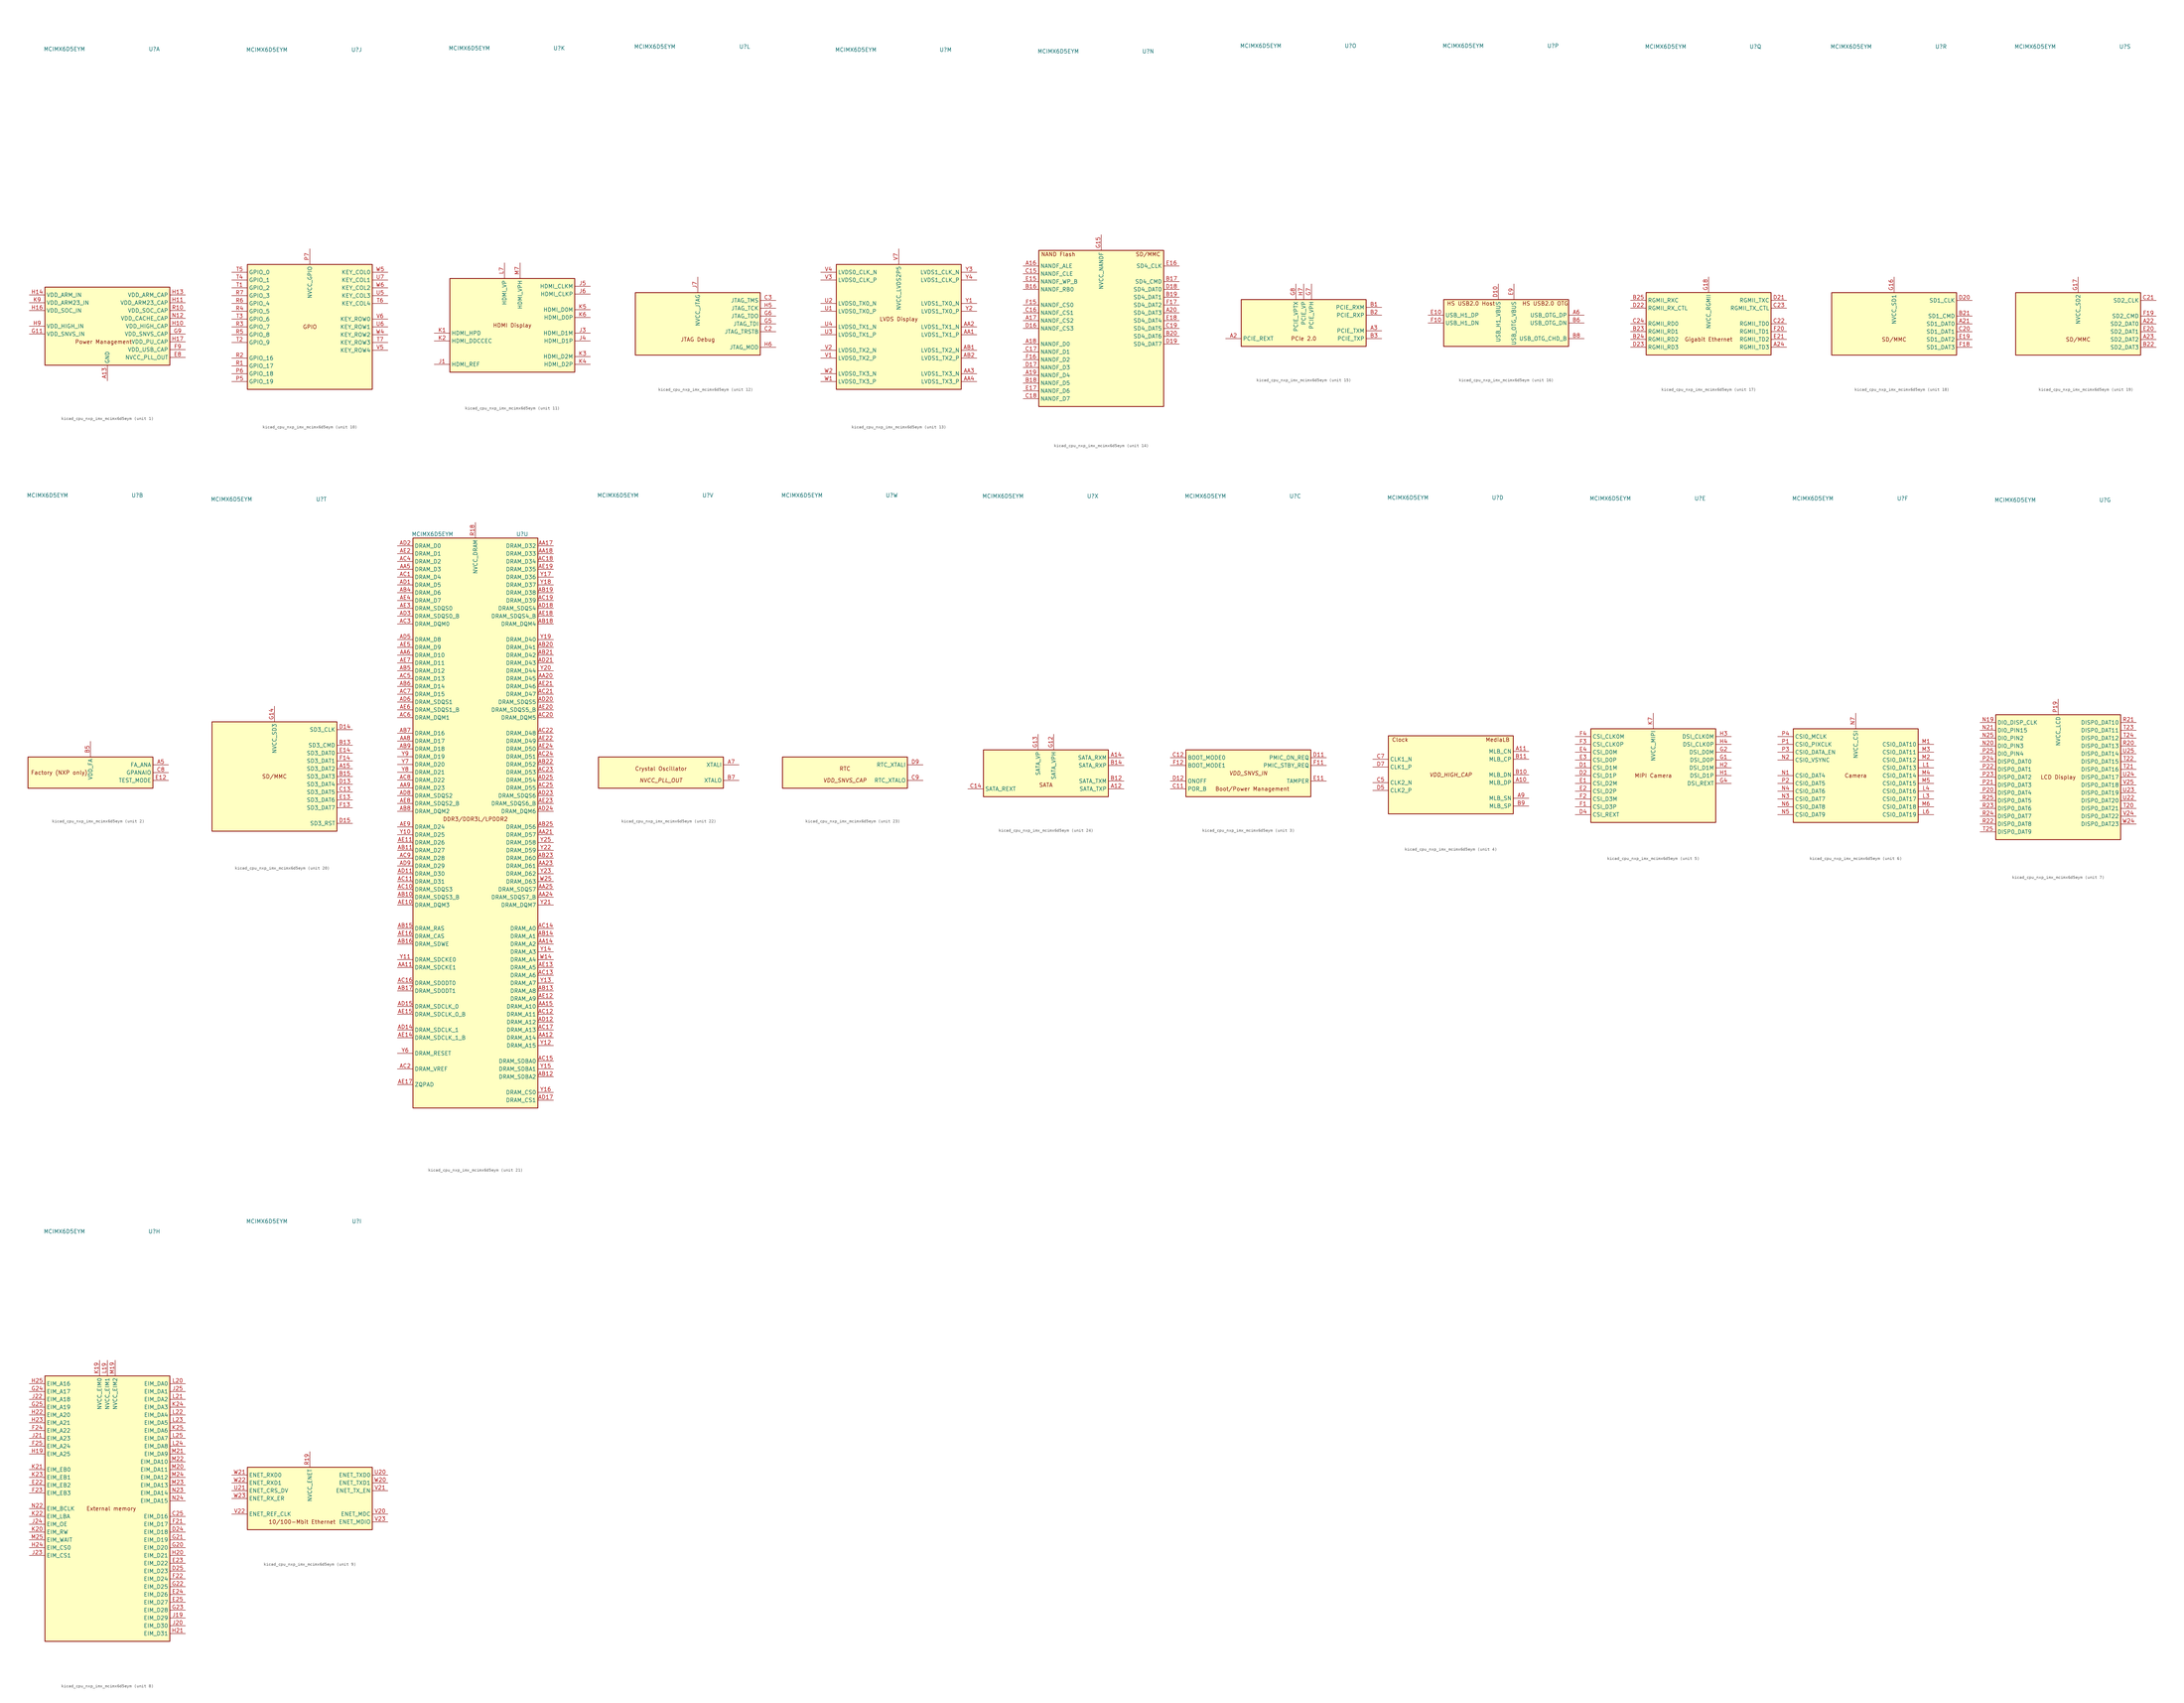
<source format=kicad_sym>
(kicad_symbol_lib
  (version 20220914)
  (generator kicad_symbol_editor)
  (symbol "kicad_cpu_nxp_imx_mcimx6d5eym"
    (property "Reference" "U"
      (at 15.24 90.17 0)
      (effects (font (size 1.27 1.27))))
    (property "Value" "MCIMX6D5EYM"
      (at -13.97 90.17 0)
      (effects (font (size 1.27 1.27))))
    (property "ki_locked" ""
      (at 0 0 0)
      (effects (font (size 1.27 1.27))))
    (symbol "kicad_cpu_nxp_imx_mcimx6d5eym_1_0"
      (text "Power Management" (at -1.27 -5.08 0) (effects (font (size 1.27 1.27)))))
    (symbol "kicad_cpu_nxp_imx_mcimx6d5eym_1_1"
      (rectangle (start -20.32 12.7) (end 20.32 -12.7) (stroke (width 0.254) (type default)) (fill (type background)))
      (pin power_in line (at 0 -17.78 90) (length 5.08) (name "GND" (effects (font (size 1.27 1.27)))) (number "A13" (effects (font (size 1.27 1.27)))))
      (pin passive line (at 0 -17.78 90) (length 5.08) hide (name "GND" (effects (font (size 1.27 1.27)))) (number "A25" (effects (font (size 1.27 1.27)))))
      (pin passive line (at 0 -17.78 90) (length 5.08) hide (name "GND" (effects (font (size 1.27 1.27)))) (number "A4" (effects (font (size 1.27 1.27)))))
      (pin passive line (at 0 -17.78 90) (length 5.08) hide (name "GND" (effects (font (size 1.27 1.27)))) (number "A8" (effects (font (size 1.27 1.27)))))
      (pin passive line (at 0 -17.78 90) (length 5.08) hide (name "GND" (effects (font (size 1.27 1.27)))) (number "AA10" (effects (font (size 1.27 1.27)))))
      (pin passive line (at 0 -17.78 90) (length 5.08) hide (name "GND" (effects (font (size 1.27 1.27)))) (number "AA13" (effects (font (size 1.27 1.27)))))
      (pin passive line (at 0 -17.78 90) (length 5.08) hide (name "GND" (effects (font (size 1.27 1.27)))) (number "AA16" (effects (font (size 1.27 1.27)))))
      (pin passive line (at 0 -17.78 90) (length 5.08) hide (name "GND" (effects (font (size 1.27 1.27)))) (number "AA19" (effects (font (size 1.27 1.27)))))
      (pin passive line (at 0 -17.78 90) (length 5.08) hide (name "GND" (effects (font (size 1.27 1.27)))) (number "AA22" (effects (font (size 1.27 1.27)))))
      (pin passive line (at 0 -17.78 90) (length 5.08) hide (name "GND" (effects (font (size 1.27 1.27)))) (number "AA7" (effects (font (size 1.27 1.27)))))
      (pin passive line (at 0 -17.78 90) (length 5.08) hide (name "GND" (effects (font (size 1.27 1.27)))) (number "AB24" (effects (font (size 1.27 1.27)))))
      (pin passive line (at 0 -17.78 90) (length 5.08) hide (name "GND" (effects (font (size 1.27 1.27)))) (number "AB3" (effects (font (size 1.27 1.27)))))
      (pin passive line (at 0 -17.78 90) (length 5.08) hide (name "GND" (effects (font (size 1.27 1.27)))) (number "AD10" (effects (font (size 1.27 1.27)))))
      (pin passive line (at 0 -17.78 90) (length 5.08) hide (name "GND" (effects (font (size 1.27 1.27)))) (number "AD13" (effects (font (size 1.27 1.27)))))
      (pin passive line (at 0 -17.78 90) (length 5.08) hide (name "GND" (effects (font (size 1.27 1.27)))) (number "AD16" (effects (font (size 1.27 1.27)))))
      (pin passive line (at 0 -17.78 90) (length 5.08) hide (name "GND" (effects (font (size 1.27 1.27)))) (number "AD19" (effects (font (size 1.27 1.27)))))
      (pin passive line (at 0 -17.78 90) (length 5.08) hide (name "GND" (effects (font (size 1.27 1.27)))) (number "AD22" (effects (font (size 1.27 1.27)))))
      (pin passive line (at 0 -17.78 90) (length 5.08) hide (name "GND" (effects (font (size 1.27 1.27)))) (number "AD4" (effects (font (size 1.27 1.27)))))
      (pin passive line (at 0 -17.78 90) (length 5.08) hide (name "GND" (effects (font (size 1.27 1.27)))) (number "AD7" (effects (font (size 1.27 1.27)))))
      (pin passive line (at 0 -17.78 90) (length 5.08) hide (name "GND" (effects (font (size 1.27 1.27)))) (number "AE1" (effects (font (size 1.27 1.27)))))
      (pin passive line (at 0 -17.78 90) (length 5.08) hide (name "GND" (effects (font (size 1.27 1.27)))) (number "AE25" (effects (font (size 1.27 1.27)))))
      (pin passive line (at 0 -17.78 90) (length 5.08) hide (name "GND" (effects (font (size 1.27 1.27)))) (number "B4" (effects (font (size 1.27 1.27)))))
      (pin passive line (at 0 -17.78 90) (length 5.08) hide (name "GND" (effects (font (size 1.27 1.27)))) (number "C1" (effects (font (size 1.27 1.27)))))
      (pin passive line (at 0 -17.78 90) (length 5.08) hide (name "GND" (effects (font (size 1.27 1.27)))) (number "C10" (effects (font (size 1.27 1.27)))))
      (pin passive line (at 0 -17.78 90) (length 5.08) hide (name "GND" (effects (font (size 1.27 1.27)))) (number "C4" (effects (font (size 1.27 1.27)))))
      (pin passive line (at 0 -17.78 90) (length 5.08) hide (name "GND" (effects (font (size 1.27 1.27)))) (number "C6" (effects (font (size 1.27 1.27)))))
      (pin passive line (at 0 -17.78 90) (length 5.08) hide (name "GND" (effects (font (size 1.27 1.27)))) (number "D3" (effects (font (size 1.27 1.27)))))
      (pin passive line (at 0 -17.78 90) (length 5.08) hide (name "GND" (effects (font (size 1.27 1.27)))) (number "D6" (effects (font (size 1.27 1.27)))))
      (pin passive line (at 0 -17.78 90) (length 5.08) hide (name "GND" (effects (font (size 1.27 1.27)))) (number "D8" (effects (font (size 1.27 1.27)))))
      (pin passive line (at 0 -17.78 90) (length 5.08) hide (name "GND" (effects (font (size 1.27 1.27)))) (number "E5" (effects (font (size 1.27 1.27)))))
      (pin passive line (at 0 -17.78 90) (length 5.08) hide (name "GND" (effects (font (size 1.27 1.27)))) (number "E6" (effects (font (size 1.27 1.27)))))
      (pin passive line (at 0 -17.78 90) (length 5.08) hide (name "GND" (effects (font (size 1.27 1.27)))) (number "E7" (effects (font (size 1.27 1.27)))))
      (pin power_out line (at 25.4 -10.16 180) (length 5.08) (name "NVCC_PLL_OUT" (effects (font (size 1.27 1.27)))) (number "E8" (effects (font (size 1.27 1.27)))))
      (pin passive line (at 0 -17.78 90) (length 5.08) hide (name "GND" (effects (font (size 1.27 1.27)))) (number "F5" (effects (font (size 1.27 1.27)))))
      (pin passive line (at 0 -17.78 90) (length 5.08) hide (name "GND" (effects (font (size 1.27 1.27)))) (number "F6" (effects (font (size 1.27 1.27)))))
      (pin passive line (at 0 -17.78 90) (length 5.08) hide (name "GND" (effects (font (size 1.27 1.27)))) (number "F7" (effects (font (size 1.27 1.27)))))
      (pin passive line (at 0 -17.78 90) (length 5.08) hide (name "GND" (effects (font (size 1.27 1.27)))) (number "F8" (effects (font (size 1.27 1.27)))))
      (pin power_out line (at 25.4 -7.62 180) (length 5.08) (name "VDD_USB_CAP" (effects (font (size 1.27 1.27)))) (number "F9" (effects (font (size 1.27 1.27)))))
      (pin passive line (at 0 -17.78 90) (length 5.08) hide (name "GND" (effects (font (size 1.27 1.27)))) (number "G10" (effects (font (size 1.27 1.27)))))
      (pin power_in line (at -25.4 -2.54 0) (length 5.08) (name "VDD_SNVS_IN" (effects (font (size 1.27 1.27)))) (number "G11" (effects (font (size 1.27 1.27)))))
      (pin passive line (at 0 -17.78 90) (length 5.08) hide (name "GND" (effects (font (size 1.27 1.27)))) (number "G19" (effects (font (size 1.27 1.27)))))
      (pin passive line (at 0 -17.78 90) (length 5.08) hide (name "GND" (effects (font (size 1.27 1.27)))) (number "G3" (effects (font (size 1.27 1.27)))))
      (pin power_out line (at 25.4 -2.54 180) (length 5.08) (name "VDD_SNVS_CAP" (effects (font (size 1.27 1.27)))) (number "G9" (effects (font (size 1.27 1.27)))))
      (pin power_out line (at 25.4 0 180) (length 5.08) (name "VDD_HIGH_CAP" (effects (font (size 1.27 1.27)))) (number "H10" (effects (font (size 1.27 1.27)))))
      (pin power_out line (at 25.4 7.62 180) (length 5.08) (name "VDD_ARM23_CAP" (effects (font (size 1.27 1.27)))) (number "H11" (effects (font (size 1.27 1.27)))))
      (pin passive line (at 0 -17.78 90) (length 5.08) hide (name "GND" (effects (font (size 1.27 1.27)))) (number "H12" (effects (font (size 1.27 1.27)))))
      (pin power_out line (at 25.4 10.16 180) (length 5.08) (name "VDD_ARM_CAP" (effects (font (size 1.27 1.27)))) (number "H13" (effects (font (size 1.27 1.27)))))
      (pin power_in line (at -25.4 10.16 0) (length 5.08) (name "VDD_ARM_IN" (effects (font (size 1.27 1.27)))) (number "H14" (effects (font (size 1.27 1.27)))))
      (pin passive line (at 0 -17.78 90) (length 5.08) hide (name "GND" (effects (font (size 1.27 1.27)))) (number "H15" (effects (font (size 1.27 1.27)))))
      (pin power_in line (at -25.4 5.08 0) (length 5.08) (name "VDD_SOC_IN" (effects (font (size 1.27 1.27)))) (number "H16" (effects (font (size 1.27 1.27)))))
      (pin power_out line (at 25.4 -5.08 180) (length 5.08) (name "VDD_PU_CAP" (effects (font (size 1.27 1.27)))) (number "H17" (effects (font (size 1.27 1.27)))))
      (pin passive line (at 0 -17.78 90) (length 5.08) hide (name "GND" (effects (font (size 1.27 1.27)))) (number "H18" (effects (font (size 1.27 1.27)))))
      (pin passive line (at 0 -17.78 90) (length 5.08) hide (name "GND" (effects (font (size 1.27 1.27)))) (number "H8" (effects (font (size 1.27 1.27)))))
      (pin power_in line (at -25.4 0 0) (length 5.08) (name "VDD_HIGH_IN" (effects (font (size 1.27 1.27)))) (number "H9" (effects (font (size 1.27 1.27)))))
      (pin passive line (at 25.4 0 180) (length 5.08) hide (name "VDD_HIGH_CAP" (effects (font (size 1.27 1.27)))) (number "J10" (effects (font (size 1.27 1.27)))))
      (pin passive line (at 25.4 7.62 180) (length 5.08) hide (name "VDD_ARM23_CAP" (effects (font (size 1.27 1.27)))) (number "J11" (effects (font (size 1.27 1.27)))))
      (pin passive line (at 0 -17.78 90) (length 5.08) hide (name "GND" (effects (font (size 1.27 1.27)))) (number "J12" (effects (font (size 1.27 1.27)))))
      (pin passive line (at 25.4 10.16 180) (length 5.08) hide (name "VDD_ARM_CAP" (effects (font (size 1.27 1.27)))) (number "J13" (effects (font (size 1.27 1.27)))))
      (pin passive line (at -25.4 10.16 0) (length 5.08) hide (name "VDD_ARM_IN" (effects (font (size 1.27 1.27)))) (number "J14" (effects (font (size 1.27 1.27)))))
      (pin passive line (at 0 -17.78 90) (length 5.08) hide (name "GND" (effects (font (size 1.27 1.27)))) (number "J15" (effects (font (size 1.27 1.27)))))
      (pin passive line (at -25.4 5.08 0) (length 5.08) hide (name "VDD_SOC_IN" (effects (font (size 1.27 1.27)))) (number "J16" (effects (font (size 1.27 1.27)))))
      (pin passive line (at 25.4 -5.08 180) (length 5.08) hide (name "VDD_PU_CAP" (effects (font (size 1.27 1.27)))) (number "J17" (effects (font (size 1.27 1.27)))))
      (pin passive line (at 0 -17.78 90) (length 5.08) hide (name "GND" (effects (font (size 1.27 1.27)))) (number "J18" (effects (font (size 1.27 1.27)))))
      (pin passive line (at 0 -17.78 90) (length 5.08) hide (name "GND" (effects (font (size 1.27 1.27)))) (number "J2" (effects (font (size 1.27 1.27)))))
      (pin passive line (at 0 -17.78 90) (length 5.08) hide (name "GND" (effects (font (size 1.27 1.27)))) (number "J8" (effects (font (size 1.27 1.27)))))
      (pin passive line (at -25.4 0 0) (length 5.08) hide (name "VDD_HIGH_IN" (effects (font (size 1.27 1.27)))) (number "J9" (effects (font (size 1.27 1.27)))))
      (pin passive line (at 0 -17.78 90) (length 5.08) hide (name "GND" (effects (font (size 1.27 1.27)))) (number "K10" (effects (font (size 1.27 1.27)))))
      (pin passive line (at 25.4 7.62 180) (length 5.08) hide (name "VDD_ARM23_CAP" (effects (font (size 1.27 1.27)))) (number "K11" (effects (font (size 1.27 1.27)))))
      (pin passive line (at 0 -17.78 90) (length 5.08) hide (name "GND" (effects (font (size 1.27 1.27)))) (number "K12" (effects (font (size 1.27 1.27)))))
      (pin passive line (at 25.4 10.16 180) (length 5.08) hide (name "VDD_ARM_CAP" (effects (font (size 1.27 1.27)))) (number "K13" (effects (font (size 1.27 1.27)))))
      (pin passive line (at -25.4 10.16 0) (length 5.08) hide (name "VDD_ARM_IN" (effects (font (size 1.27 1.27)))) (number "K14" (effects (font (size 1.27 1.27)))))
      (pin passive line (at 0 -17.78 90) (length 5.08) hide (name "GND" (effects (font (size 1.27 1.27)))) (number "K15" (effects (font (size 1.27 1.27)))))
      (pin passive line (at -25.4 5.08 0) (length 5.08) hide (name "VDD_SOC_IN" (effects (font (size 1.27 1.27)))) (number "K16" (effects (font (size 1.27 1.27)))))
      (pin passive line (at 25.4 -5.08 180) (length 5.08) hide (name "VDD_PU_CAP" (effects (font (size 1.27 1.27)))) (number "K17" (effects (font (size 1.27 1.27)))))
      (pin passive line (at 0 -17.78 90) (length 5.08) hide (name "GND" (effects (font (size 1.27 1.27)))) (number "K18" (effects (font (size 1.27 1.27)))))
      (pin passive line (at 0 -17.78 90) (length 5.08) hide (name "GND" (effects (font (size 1.27 1.27)))) (number "K8" (effects (font (size 1.27 1.27)))))
      (pin power_in line (at -25.4 7.62 0) (length 5.08) (name "VDD_ARM23_IN" (effects (font (size 1.27 1.27)))) (number "K9" (effects (font (size 1.27 1.27)))))
      (pin passive line (at 0 -17.78 90) (length 5.08) hide (name "GND" (effects (font (size 1.27 1.27)))) (number "L10" (effects (font (size 1.27 1.27)))))
      (pin passive line (at 25.4 7.62 180) (length 5.08) hide (name "VDD_ARM23_CAP" (effects (font (size 1.27 1.27)))) (number "L11" (effects (font (size 1.27 1.27)))))
      (pin passive line (at 0 -17.78 90) (length 5.08) hide (name "GND" (effects (font (size 1.27 1.27)))) (number "L12" (effects (font (size 1.27 1.27)))))
      (pin passive line (at 25.4 10.16 180) (length 5.08) hide (name "VDD_ARM_CAP" (effects (font (size 1.27 1.27)))) (number "L13" (effects (font (size 1.27 1.27)))))
      (pin passive line (at -25.4 10.16 0) (length 5.08) hide (name "VDD_ARM_IN" (effects (font (size 1.27 1.27)))) (number "L14" (effects (font (size 1.27 1.27)))))
      (pin passive line (at 0 -17.78 90) (length 5.08) hide (name "GND" (effects (font (size 1.27 1.27)))) (number "L15" (effects (font (size 1.27 1.27)))))
      (pin passive line (at -25.4 5.08 0) (length 5.08) hide (name "VDD_SOC_IN" (effects (font (size 1.27 1.27)))) (number "L16" (effects (font (size 1.27 1.27)))))
      (pin passive line (at 25.4 -5.08 180) (length 5.08) hide (name "VDD_PU_CAP" (effects (font (size 1.27 1.27)))) (number "L17" (effects (font (size 1.27 1.27)))))
      (pin passive line (at 0 -17.78 90) (length 5.08) hide (name "GND" (effects (font (size 1.27 1.27)))) (number "L18" (effects (font (size 1.27 1.27)))))
      (pin passive line (at 0 -17.78 90) (length 5.08) hide (name "GND" (effects (font (size 1.27 1.27)))) (number "L2" (effects (font (size 1.27 1.27)))))
      (pin passive line (at 0 -17.78 90) (length 5.08) hide (name "GND" (effects (font (size 1.27 1.27)))) (number "L5" (effects (font (size 1.27 1.27)))))
      (pin passive line (at 0 -17.78 90) (length 5.08) hide (name "GND" (effects (font (size 1.27 1.27)))) (number "L8" (effects (font (size 1.27 1.27)))))
      (pin passive line (at -25.4 7.62 0) (length 5.08) hide (name "VDD_ARM23_IN" (effects (font (size 1.27 1.27)))) (number "L9" (effects (font (size 1.27 1.27)))))
      (pin passive line (at 0 -17.78 90) (length 5.08) hide (name "GND" (effects (font (size 1.27 1.27)))) (number "M10" (effects (font (size 1.27 1.27)))))
      (pin passive line (at 25.4 7.62 180) (length 5.08) hide (name "VDD_ARM23_CAP" (effects (font (size 1.27 1.27)))) (number "M11" (effects (font (size 1.27 1.27)))))
      (pin passive line (at 0 -17.78 90) (length 5.08) hide (name "GND" (effects (font (size 1.27 1.27)))) (number "M12" (effects (font (size 1.27 1.27)))))
      (pin passive line (at 25.4 10.16 180) (length 5.08) hide (name "VDD_ARM_CAP" (effects (font (size 1.27 1.27)))) (number "M13" (effects (font (size 1.27 1.27)))))
      (pin passive line (at -25.4 10.16 0) (length 5.08) hide (name "VDD_ARM_IN" (effects (font (size 1.27 1.27)))) (number "M14" (effects (font (size 1.27 1.27)))))
      (pin passive line (at 0 -17.78 90) (length 5.08) hide (name "GND" (effects (font (size 1.27 1.27)))) (number "M15" (effects (font (size 1.27 1.27)))))
      (pin passive line (at -25.4 5.08 0) (length 5.08) hide (name "VDD_SOC_IN" (effects (font (size 1.27 1.27)))) (number "M16" (effects (font (size 1.27 1.27)))))
      (pin passive line (at 25.4 -5.08 180) (length 5.08) hide (name "VDD_PU_CAP" (effects (font (size 1.27 1.27)))) (number "M17" (effects (font (size 1.27 1.27)))))
      (pin passive line (at 0 -17.78 90) (length 5.08) hide (name "GND" (effects (font (size 1.27 1.27)))) (number "M18" (effects (font (size 1.27 1.27)))))
      (pin passive line (at 0 -17.78 90) (length 5.08) hide (name "GND" (effects (font (size 1.27 1.27)))) (number "M8" (effects (font (size 1.27 1.27)))))
      (pin passive line (at -25.4 7.62 0) (length 5.08) hide (name "VDD_ARM23_IN" (effects (font (size 1.27 1.27)))) (number "M9" (effects (font (size 1.27 1.27)))))
      (pin passive line (at 0 -17.78 90) (length 5.08) hide (name "GND" (effects (font (size 1.27 1.27)))) (number "N10" (effects (font (size 1.27 1.27)))))
      (pin passive line (at 25.4 7.62 180) (length 5.08) hide (name "VDD_ARM23_CAP" (effects (font (size 1.27 1.27)))) (number "N11" (effects (font (size 1.27 1.27)))))
      (pin power_in line (at 25.4 2.54 180) (length 5.08) (name "VDD_CACHE_CAP" (effects (font (size 1.27 1.27)))) (number "N12" (effects (font (size 1.27 1.27)))))
      (pin passive line (at 25.4 10.16 180) (length 5.08) hide (name "VDD_ARM_CAP" (effects (font (size 1.27 1.27)))) (number "N13" (effects (font (size 1.27 1.27)))))
      (pin passive line (at -25.4 10.16 0) (length 5.08) hide (name "VDD_ARM_IN" (effects (font (size 1.27 1.27)))) (number "N14" (effects (font (size 1.27 1.27)))))
      (pin passive line (at 0 -17.78 90) (length 5.08) hide (name "GND" (effects (font (size 1.27 1.27)))) (number "N15" (effects (font (size 1.27 1.27)))))
      (pin passive line (at -25.4 5.08 0) (length 5.08) hide (name "VDD_SOC_IN" (effects (font (size 1.27 1.27)))) (number "N16" (effects (font (size 1.27 1.27)))))
      (pin passive line (at 25.4 -5.08 180) (length 5.08) hide (name "VDD_PU_CAP" (effects (font (size 1.27 1.27)))) (number "N17" (effects (font (size 1.27 1.27)))))
      (pin passive line (at 0 -17.78 90) (length 5.08) hide (name "GND" (effects (font (size 1.27 1.27)))) (number "N18" (effects (font (size 1.27 1.27)))))
      (pin passive line (at 0 -17.78 90) (length 5.08) hide (name "GND" (effects (font (size 1.27 1.27)))) (number "N8" (effects (font (size 1.27 1.27)))))
      (pin passive line (at -25.4 7.62 0) (length 5.08) hide (name "VDD_ARM23_IN" (effects (font (size 1.27 1.27)))) (number "N9" (effects (font (size 1.27 1.27)))))
      (pin passive line (at 0 -17.78 90) (length 5.08) hide (name "GND" (effects (font (size 1.27 1.27)))) (number "P10" (effects (font (size 1.27 1.27)))))
      (pin passive line (at 25.4 7.62 180) (length 5.08) hide (name "VDD_ARM23_CAP" (effects (font (size 1.27 1.27)))) (number "P11" (effects (font (size 1.27 1.27)))))
      (pin passive line (at 0 -17.78 90) (length 5.08) hide (name "GND" (effects (font (size 1.27 1.27)))) (number "P12" (effects (font (size 1.27 1.27)))))
      (pin passive line (at 25.4 10.16 180) (length 5.08) hide (name "VDD_ARM_CAP" (effects (font (size 1.27 1.27)))) (number "P13" (effects (font (size 1.27 1.27)))))
      (pin passive line (at -25.4 10.16 0) (length 5.08) hide (name "VDD_ARM_IN" (effects (font (size 1.27 1.27)))) (number "P14" (effects (font (size 1.27 1.27)))))
      (pin passive line (at 0 -17.78 90) (length 5.08) hide (name "GND" (effects (font (size 1.27 1.27)))) (number "P15" (effects (font (size 1.27 1.27)))))
      (pin passive line (at -25.4 5.08 0) (length 5.08) hide (name "VDD_SOC_IN" (effects (font (size 1.27 1.27)))) (number "P16" (effects (font (size 1.27 1.27)))))
      (pin passive line (at 25.4 -5.08 180) (length 5.08) hide (name "VDD_PU_CAP" (effects (font (size 1.27 1.27)))) (number "P17" (effects (font (size 1.27 1.27)))))
      (pin passive line (at 0 -17.78 90) (length 5.08) hide (name "GND" (effects (font (size 1.27 1.27)))) (number "P18" (effects (font (size 1.27 1.27)))))
      (pin passive line (at 0 -17.78 90) (length 5.08) hide (name "GND" (effects (font (size 1.27 1.27)))) (number "P8" (effects (font (size 1.27 1.27)))))
      (pin passive line (at -25.4 7.62 0) (length 5.08) hide (name "VDD_ARM23_IN" (effects (font (size 1.27 1.27)))) (number "P9" (effects (font (size 1.27 1.27)))))
      (pin power_out line (at 25.4 5.08 180) (length 5.08) (name "VDD_SOC_CAP" (effects (font (size 1.27 1.27)))) (number "R10" (effects (font (size 1.27 1.27)))))
      (pin passive line (at 25.4 7.62 180) (length 5.08) hide (name "VDD_ARM23_CAP" (effects (font (size 1.27 1.27)))) (number "R11" (effects (font (size 1.27 1.27)))))
      (pin passive line (at 0 -17.78 90) (length 5.08) hide (name "GND" (effects (font (size 1.27 1.27)))) (number "R12" (effects (font (size 1.27 1.27)))))
      (pin passive line (at 25.4 10.16 180) (length 5.08) hide (name "VDD_ARM_CAP" (effects (font (size 1.27 1.27)))) (number "R13" (effects (font (size 1.27 1.27)))))
      (pin passive line (at -25.4 10.16 0) (length 5.08) hide (name "VDD_ARM_IN" (effects (font (size 1.27 1.27)))) (number "R14" (effects (font (size 1.27 1.27)))))
      (pin passive line (at 0 -17.78 90) (length 5.08) hide (name "GND" (effects (font (size 1.27 1.27)))) (number "R15" (effects (font (size 1.27 1.27)))))
      (pin passive line (at -25.4 5.08 0) (length 5.08) hide (name "VDD_SOC_IN" (effects (font (size 1.27 1.27)))) (number "R16" (effects (font (size 1.27 1.27)))))
      (pin passive line (at 0 -17.78 90) (length 5.08) hide (name "GND" (effects (font (size 1.27 1.27)))) (number "R17" (effects (font (size 1.27 1.27)))))
      (pin passive line (at 0 -17.78 90) (length 5.08) hide (name "GND" (effects (font (size 1.27 1.27)))) (number "R8" (effects (font (size 1.27 1.27)))))
      (pin passive line (at -25.4 7.62 0) (length 5.08) hide (name "VDD_ARM23_IN" (effects (font (size 1.27 1.27)))) (number "R9" (effects (font (size 1.27 1.27)))))
      (pin passive line (at 25.4 5.08 180) (length 5.08) hide (name "VDD_SOC_CAP" (effects (font (size 1.27 1.27)))) (number "T10" (effects (font (size 1.27 1.27)))))
      (pin passive line (at 0 -17.78 90) (length 5.08) hide (name "GND" (effects (font (size 1.27 1.27)))) (number "T11" (effects (font (size 1.27 1.27)))))
      (pin passive line (at 0 -17.78 90) (length 5.08) hide (name "GND" (effects (font (size 1.27 1.27)))) (number "T12" (effects (font (size 1.27 1.27)))))
      (pin passive line (at 25.4 5.08 180) (length 5.08) hide (name "VDD_SOC_CAP" (effects (font (size 1.27 1.27)))) (number "T13" (effects (font (size 1.27 1.27)))))
      (pin passive line (at 25.4 5.08 180) (length 5.08) hide (name "VDD_SOC_CAP" (effects (font (size 1.27 1.27)))) (number "T14" (effects (font (size 1.27 1.27)))))
      (pin passive line (at 0 -17.78 90) (length 5.08) hide (name "GND" (effects (font (size 1.27 1.27)))) (number "T15" (effects (font (size 1.27 1.27)))))
      (pin passive line (at -25.4 5.08 0) (length 5.08) hide (name "VDD_SOC_IN" (effects (font (size 1.27 1.27)))) (number "T16" (effects (font (size 1.27 1.27)))))
      (pin passive line (at 0 -17.78 90) (length 5.08) hide (name "GND" (effects (font (size 1.27 1.27)))) (number "T17" (effects (font (size 1.27 1.27)))))
      (pin passive line (at 0 -17.78 90) (length 5.08) hide (name "GND" (effects (font (size 1.27 1.27)))) (number "T19" (effects (font (size 1.27 1.27)))))
      (pin passive line (at 0 -17.78 90) (length 5.08) hide (name "GND" (effects (font (size 1.27 1.27)))) (number "T8" (effects (font (size 1.27 1.27)))))
      (pin passive line (at -25.4 7.62 0) (length 5.08) hide (name "VDD_ARM23_IN" (effects (font (size 1.27 1.27)))) (number "T9" (effects (font (size 1.27 1.27)))))
      (pin passive line (at 25.4 5.08 180) (length 5.08) hide (name "VDD_SOC_CAP" (effects (font (size 1.27 1.27)))) (number "U10" (effects (font (size 1.27 1.27)))))
      (pin passive line (at 0 -17.78 90) (length 5.08) hide (name "GND" (effects (font (size 1.27 1.27)))) (number "U11" (effects (font (size 1.27 1.27)))))
      (pin passive line (at 0 -17.78 90) (length 5.08) hide (name "GND" (effects (font (size 1.27 1.27)))) (number "U12" (effects (font (size 1.27 1.27)))))
      (pin passive line (at 25.4 5.08 180) (length 5.08) hide (name "VDD_SOC_CAP" (effects (font (size 1.27 1.27)))) (number "U13" (effects (font (size 1.27 1.27)))))
      (pin passive line (at 25.4 5.08 180) (length 5.08) hide (name "VDD_SOC_CAP" (effects (font (size 1.27 1.27)))) (number "U14" (effects (font (size 1.27 1.27)))))
      (pin passive line (at 0 -17.78 90) (length 5.08) hide (name "GND" (effects (font (size 1.27 1.27)))) (number "U15" (effects (font (size 1.27 1.27)))))
      (pin passive line (at -25.4 5.08 0) (length 5.08) hide (name "VDD_SOC_IN" (effects (font (size 1.27 1.27)))) (number "U16" (effects (font (size 1.27 1.27)))))
      (pin passive line (at 0 -17.78 90) (length 5.08) hide (name "GND" (effects (font (size 1.27 1.27)))) (number "U17" (effects (font (size 1.27 1.27)))))
      (pin passive line (at 0 -17.78 90) (length 5.08) hide (name "GND" (effects (font (size 1.27 1.27)))) (number "U19" (effects (font (size 1.27 1.27)))))
      (pin passive line (at 0 -17.78 90) (length 5.08) hide (name "GND" (effects (font (size 1.27 1.27)))) (number "U8" (effects (font (size 1.27 1.27)))))
      (pin passive line (at -25.4 7.62 0) (length 5.08) hide (name "VDD_ARM23_IN" (effects (font (size 1.27 1.27)))) (number "U9" (effects (font (size 1.27 1.27)))))
      (pin passive line (at 0 -17.78 90) (length 5.08) hide (name "GND" (effects (font (size 1.27 1.27)))) (number "V19" (effects (font (size 1.27 1.27)))))
      (pin passive line (at 0 -17.78 90) (length 5.08) hide (name "GND" (effects (font (size 1.27 1.27)))) (number "V8" (effects (font (size 1.27 1.27)))))
      (pin passive line (at 0 -17.78 90) (length 5.08) hide (name "GND" (effects (font (size 1.27 1.27)))) (number "W10" (effects (font (size 1.27 1.27)))))
      (pin passive line (at 0 -17.78 90) (length 5.08) hide (name "GND" (effects (font (size 1.27 1.27)))) (number "W11" (effects (font (size 1.27 1.27)))))
      (pin passive line (at 0 -17.78 90) (length 5.08) hide (name "GND" (effects (font (size 1.27 1.27)))) (number "W12" (effects (font (size 1.27 1.27)))))
      (pin passive line (at 0 -17.78 90) (length 5.08) hide (name "GND" (effects (font (size 1.27 1.27)))) (number "W13" (effects (font (size 1.27 1.27)))))
      (pin passive line (at 0 -17.78 90) (length 5.08) hide (name "GND" (effects (font (size 1.27 1.27)))) (number "W15" (effects (font (size 1.27 1.27)))))
      (pin passive line (at 0 -17.78 90) (length 5.08) hide (name "GND" (effects (font (size 1.27 1.27)))) (number "W16" (effects (font (size 1.27 1.27)))))
      (pin passive line (at 0 -17.78 90) (length 5.08) hide (name "GND" (effects (font (size 1.27 1.27)))) (number "W17" (effects (font (size 1.27 1.27)))))
      (pin passive line (at 0 -17.78 90) (length 5.08) hide (name "GND" (effects (font (size 1.27 1.27)))) (number "W18" (effects (font (size 1.27 1.27)))))
      (pin passive line (at 0 -17.78 90) (length 5.08) hide (name "GND" (effects (font (size 1.27 1.27)))) (number "W19" (effects (font (size 1.27 1.27)))))
      (pin passive line (at 0 -17.78 90) (length 5.08) hide (name "GND" (effects (font (size 1.27 1.27)))) (number "W3" (effects (font (size 1.27 1.27)))))
      (pin passive line (at 0 -17.78 90) (length 5.08) hide (name "GND" (effects (font (size 1.27 1.27)))) (number "W7" (effects (font (size 1.27 1.27)))))
      (pin passive line (at 0 -17.78 90) (length 5.08) hide (name "GND" (effects (font (size 1.27 1.27)))) (number "W8" (effects (font (size 1.27 1.27)))))
      (pin passive line (at 0 -17.78 90) (length 5.08) hide (name "GND" (effects (font (size 1.27 1.27)))) (number "W9" (effects (font (size 1.27 1.27)))))
      (pin passive line (at 0 -17.78 90) (length 5.08) hide (name "GND" (effects (font (size 1.27 1.27)))) (number "Y24" (effects (font (size 1.27 1.27)))))
      (pin passive line (at 0 -17.78 90) (length 5.08) hide (name "GND" (effects (font (size 1.27 1.27)))) (number "Y5" (effects (font (size 1.27 1.27))))))
    (symbol "kicad_cpu_nxp_imx_mcimx6d5eym_2_0"
      (text "Factory (NXP only)" (at -10.16 0 0) (effects (font (size 1.27 1.27)))))
    (symbol "kicad_cpu_nxp_imx_mcimx6d5eym_2_1"
      (rectangle (start -20.32 5.08) (end 20.32 -5.08) (stroke (width 0.254) (type default)) (fill (type background)))
      (pin passive line (at 25.4 2.54 180) (length 5.08) (name "FA_ANA" (effects (font (size 1.27 1.27)))) (number "A5" (effects (font (size 1.27 1.27)))))
      (pin passive line (at 0 10.16 270) (length 5.08) (name "VDD_FA" (effects (font (size 1.27 1.27)))) (number "B5" (effects (font (size 1.27 1.27)))))
      (pin passive line (at 25.4 0 180) (length 5.08) (name "GPANAIO" (effects (font (size 1.27 1.27)))) (number "C8" (effects (font (size 1.27 1.27)))))
      (pin passive line (at 25.4 -2.54 180) (length 5.08) (name "TEST_MODE" (effects (font (size 1.27 1.27)))) (number "E12" (effects (font (size 1.27 1.27))))))
    (symbol "kicad_cpu_nxp_imx_mcimx6d5eym_3_0"
      (text "Boot/Power Management" (at 1.27 -5.08 0) (effects (font (size 1.27 1.27)))))
    (symbol "kicad_cpu_nxp_imx_mcimx6d5eym_3_1"
      (rectangle (start -20.32 7.62) (end 20.32 -7.62) (stroke (width 0.254) (type default)) (fill (type background)))
      (text "VDD_SNVS_IN" (at 0 0 0) (effects (font (size 1.27 1.27) italic)))
      (pin input line (at -25.4 -5.08 0) (length 5.08) (name "POR_B" (effects (font (size 1.27 1.27)))) (number "C11" (effects (font (size 1.27 1.27)))))
      (pin input line (at -25.4 5.08 0) (length 5.08) (name "BOOT_MODE0" (effects (font (size 1.27 1.27)))) (number "C12" (effects (font (size 1.27 1.27)))))
      (pin output line (at 25.4 5.08 180) (length 5.08) (name "PMIC_ON_REQ" (effects (font (size 1.27 1.27)))) (number "D11" (effects (font (size 1.27 1.27)))))
      (pin input line (at -25.4 -2.54 0) (length 5.08) (name "ONOFF" (effects (font (size 1.27 1.27)))) (number "D12" (effects (font (size 1.27 1.27)))))
      (pin input line (at 25.4 -2.54 180) (length 5.08) (name "TAMPER" (effects (font (size 1.27 1.27)))) (number "E11" (effects (font (size 1.27 1.27)))))
      (pin output line (at 25.4 2.54 180) (length 5.08) (name "PMIC_STBY_REQ" (effects (font (size 1.27 1.27)))) (number "F11" (effects (font (size 1.27 1.27)))))
      (pin input line (at -25.4 2.54 0) (length 5.08) (name "BOOT_MODE1" (effects (font (size 1.27 1.27)))) (number "F12" (effects (font (size 1.27 1.27))))))
    (symbol "kicad_cpu_nxp_imx_mcimx6d5eym_4_0"
      (text "Clock" (at -16.51 11.43 0) (effects (font (size 1.27 1.27))))
      (text "MediaLB" (at 15.24 11.43 0) (effects (font (size 1.27 1.27)))))
    (symbol "kicad_cpu_nxp_imx_mcimx6d5eym_4_1"
      (rectangle (start -20.32 12.7) (end 20.32 -12.7) (stroke (width 0.254) (type default)) (fill (type background)))
      (text "VDD_HIGH_CAP" (at 0 0 0) (effects (font (size 1.27 1.27) italic)))
      (pin bidirectional line (at 25.4 -2.54 180) (length 5.08) (name "MLB_DP" (effects (font (size 1.27 1.27)))) (number "A10" (effects (font (size 1.27 1.27)))))
      (pin input line (at 25.4 7.62 180) (length 5.08) (name "MLB_CN" (effects (font (size 1.27 1.27)))) (number "A11" (effects (font (size 1.27 1.27)))))
      (pin bidirectional line (at 25.4 -7.62 180) (length 5.08) (name "MLB_SN" (effects (font (size 1.27 1.27)))) (number "A9" (effects (font (size 1.27 1.27)))))
      (pin bidirectional line (at 25.4 0 180) (length 5.08) (name "MLB_DN" (effects (font (size 1.27 1.27)))) (number "B10" (effects (font (size 1.27 1.27)))))
      (pin input line (at 25.4 5.08 180) (length 5.08) (name "MLB_CP" (effects (font (size 1.27 1.27)))) (number "B11" (effects (font (size 1.27 1.27)))))
      (pin bidirectional line (at 25.4 -10.16 180) (length 5.08) (name "MLB_SP" (effects (font (size 1.27 1.27)))) (number "B9" (effects (font (size 1.27 1.27)))))
      (pin bidirectional line (at -25.4 -2.54 0) (length 5.08) (name "CLK2_N" (effects (font (size 1.27 1.27)))) (number "C5" (effects (font (size 1.27 1.27)))))
      (pin bidirectional line (at -25.4 5.08 0) (length 5.08) (name "CLK1_N" (effects (font (size 1.27 1.27)))) (number "C7" (effects (font (size 1.27 1.27)))))
      (pin bidirectional line (at -25.4 -5.08 0) (length 5.08) (name "CLK2_P" (effects (font (size 1.27 1.27)))) (number "D5" (effects (font (size 1.27 1.27)))))
      (pin bidirectional line (at -25.4 2.54 0) (length 5.08) (name "CLK1_P" (effects (font (size 1.27 1.27)))) (number "D7" (effects (font (size 1.27 1.27))))))
    (symbol "kicad_cpu_nxp_imx_mcimx6d5eym_5_0"
      (text "MIPI Camera" (at 0 0 0) (effects (font (size 1.27 1.27)))))
    (symbol "kicad_cpu_nxp_imx_mcimx6d5eym_5_1"
      (rectangle (start -20.32 15.24) (end 20.32 -15.24) (stroke (width 0.254) (type default)) (fill (type background)))
      (pin input line (at -25.4 2.54 0) (length 5.08) (name "CSI_D1M" (effects (font (size 1.27 1.27)))) (number "D1" (effects (font (size 1.27 1.27)))))
      (pin input line (at -25.4 0 0) (length 5.08) (name "CSI_D1P" (effects (font (size 1.27 1.27)))) (number "D2" (effects (font (size 1.27 1.27)))))
      (pin passive line (at -25.4 -12.7 0) (length 5.08) (name "CSI_REXT" (effects (font (size 1.27 1.27)))) (number "D4" (effects (font (size 1.27 1.27)))))
      (pin input line (at -25.4 -2.54 0) (length 5.08) (name "CSI_D2M" (effects (font (size 1.27 1.27)))) (number "E1" (effects (font (size 1.27 1.27)))))
      (pin input line (at -25.4 -5.08 0) (length 5.08) (name "CSI_D2P" (effects (font (size 1.27 1.27)))) (number "E2" (effects (font (size 1.27 1.27)))))
      (pin input line (at -25.4 5.08 0) (length 5.08) (name "CSI_D0P" (effects (font (size 1.27 1.27)))) (number "E3" (effects (font (size 1.27 1.27)))))
      (pin input line (at -25.4 7.62 0) (length 5.08) (name "CSI_D0M" (effects (font (size 1.27 1.27)))) (number "E4" (effects (font (size 1.27 1.27)))))
      (pin input line (at -25.4 -10.16 0) (length 5.08) (name "CSI_D3P" (effects (font (size 1.27 1.27)))) (number "F1" (effects (font (size 1.27 1.27)))))
      (pin input line (at -25.4 -7.62 0) (length 5.08) (name "CSI_D3M" (effects (font (size 1.27 1.27)))) (number "F2" (effects (font (size 1.27 1.27)))))
      (pin input line (at -25.4 10.16 0) (length 5.08) (name "CSI_CLK0P" (effects (font (size 1.27 1.27)))) (number "F3" (effects (font (size 1.27 1.27)))))
      (pin input line (at -25.4 12.7 0) (length 5.08) (name "CSI_CLK0M" (effects (font (size 1.27 1.27)))) (number "F4" (effects (font (size 1.27 1.27)))))
      (pin output line (at 25.4 5.08 180) (length 5.08) (name "DSI_D0P" (effects (font (size 1.27 1.27)))) (number "G1" (effects (font (size 1.27 1.27)))))
      (pin output line (at 25.4 7.62 180) (length 5.08) (name "DSI_D0M" (effects (font (size 1.27 1.27)))) (number "G2" (effects (font (size 1.27 1.27)))))
      (pin passive line (at 25.4 -2.54 180) (length 5.08) (name "DSI_REXT" (effects (font (size 1.27 1.27)))) (number "G4" (effects (font (size 1.27 1.27)))))
      (pin output line (at 25.4 0 180) (length 5.08) (name "DSI_D1P" (effects (font (size 1.27 1.27)))) (number "H1" (effects (font (size 1.27 1.27)))))
      (pin output line (at 25.4 2.54 180) (length 5.08) (name "DSI_D1M" (effects (font (size 1.27 1.27)))) (number "H2" (effects (font (size 1.27 1.27)))))
      (pin output line (at 25.4 12.7 180) (length 5.08) (name "DSI_CLK0M" (effects (font (size 1.27 1.27)))) (number "H3" (effects (font (size 1.27 1.27)))))
      (pin output line (at 25.4 10.16 180) (length 5.08) (name "DSI_CLK0P" (effects (font (size 1.27 1.27)))) (number "H4" (effects (font (size 1.27 1.27)))))
      (pin power_in line (at 0 20.32 270) (length 5.08) (name "NVCC_MIPI" (effects (font (size 1.27 1.27)))) (number "K7" (effects (font (size 1.27 1.27))))))
    (symbol "kicad_cpu_nxp_imx_mcimx6d5eym_6_0"
      (text "Camera" (at 0 0 0) (effects (font (size 1.27 1.27)))))
    (symbol "kicad_cpu_nxp_imx_mcimx6d5eym_6_1"
      (rectangle (start -20.32 15.24) (end 20.32 -15.24) (stroke (width 0.254) (type default)) (fill (type background)))
      (pin bidirectional line (at 25.4 2.54 180) (length 5.08) (name "CSI0_DAT13" (effects (font (size 1.27 1.27)))) (number "L1" (effects (font (size 1.27 1.27)))))
      (pin bidirectional line (at 25.4 -7.62 180) (length 5.08) (name "CSI0_DAT17" (effects (font (size 1.27 1.27)))) (number "L3" (effects (font (size 1.27 1.27)))))
      (pin bidirectional line (at 25.4 -5.08 180) (length 5.08) (name "CSI0_DAT16" (effects (font (size 1.27 1.27)))) (number "L4" (effects (font (size 1.27 1.27)))))
      (pin bidirectional line (at 25.4 -12.7 180) (length 5.08) (name "CSI0_DAT19" (effects (font (size 1.27 1.27)))) (number "L6" (effects (font (size 1.27 1.27)))))
      (pin bidirectional line (at 25.4 10.16 180) (length 5.08) (name "CSI0_DAT10" (effects (font (size 1.27 1.27)))) (number "M1" (effects (font (size 1.27 1.27)))))
      (pin bidirectional line (at 25.4 5.08 180) (length 5.08) (name "CSI0_DAT12" (effects (font (size 1.27 1.27)))) (number "M2" (effects (font (size 1.27 1.27)))))
      (pin bidirectional line (at 25.4 7.62 180) (length 5.08) (name "CSI0_DAT11" (effects (font (size 1.27 1.27)))) (number "M3" (effects (font (size 1.27 1.27)))))
      (pin bidirectional line (at 25.4 0 180) (length 5.08) (name "CSI0_DAT14" (effects (font (size 1.27 1.27)))) (number "M4" (effects (font (size 1.27 1.27)))))
      (pin bidirectional line (at 25.4 -2.54 180) (length 5.08) (name "CSI0_DAT15" (effects (font (size 1.27 1.27)))) (number "M5" (effects (font (size 1.27 1.27)))))
      (pin bidirectional line (at 25.4 -10.16 180) (length 5.08) (name "CSI0_DAT18" (effects (font (size 1.27 1.27)))) (number "M6" (effects (font (size 1.27 1.27)))))
      (pin bidirectional line (at -25.4 0 0) (length 5.08) (name "CSI0_DAT4" (effects (font (size 1.27 1.27)))) (number "N1" (effects (font (size 1.27 1.27)))))
      (pin bidirectional line (at -25.4 5.08 0) (length 5.08) (name "CSI0_VSYNC" (effects (font (size 1.27 1.27)))) (number "N2" (effects (font (size 1.27 1.27)))))
      (pin bidirectional line (at -25.4 -7.62 0) (length 5.08) (name "CSI0_DAT7" (effects (font (size 1.27 1.27)))) (number "N3" (effects (font (size 1.27 1.27)))))
      (pin bidirectional line (at -25.4 -5.08 0) (length 5.08) (name "CSI0_DAT6" (effects (font (size 1.27 1.27)))) (number "N4" (effects (font (size 1.27 1.27)))))
      (pin bidirectional line (at -25.4 -12.7 0) (length 5.08) (name "CSI0_DAT9" (effects (font (size 1.27 1.27)))) (number "N5" (effects (font (size 1.27 1.27)))))
      (pin bidirectional line (at -25.4 -10.16 0) (length 5.08) (name "CSI0_DAT8" (effects (font (size 1.27 1.27)))) (number "N6" (effects (font (size 1.27 1.27)))))
      (pin power_in line (at 0 20.32 270) (length 5.08) (name "NVCC_CSI" (effects (font (size 1.27 1.27)))) (number "N7" (effects (font (size 1.27 1.27)))))
      (pin bidirectional line (at -25.4 10.16 0) (length 5.08) (name "CSI0_PIXCLK" (effects (font (size 1.27 1.27)))) (number "P1" (effects (font (size 1.27 1.27)))))
      (pin bidirectional line (at -25.4 -2.54 0) (length 5.08) (name "CSI0_DAT5" (effects (font (size 1.27 1.27)))) (number "P2" (effects (font (size 1.27 1.27)))))
      (pin bidirectional line (at -25.4 7.62 0) (length 5.08) (name "CSI0_DATA_EN" (effects (font (size 1.27 1.27)))) (number "P3" (effects (font (size 1.27 1.27)))))
      (pin bidirectional line (at -25.4 12.7 0) (length 5.08) (name "CSI0_MCLK" (effects (font (size 1.27 1.27)))) (number "P4" (effects (font (size 1.27 1.27))))))
    (symbol "kicad_cpu_nxp_imx_mcimx6d5eym_7_0"
      (text "LCD Display" (at 0 0 0) (effects (font (size 1.27 1.27)))))
    (symbol "kicad_cpu_nxp_imx_mcimx6d5eym_7_1"
      (rectangle (start -20.32 20.32) (end 20.32 -20.32) (stroke (width 0.254) (type default)) (fill (type background)))
      (pin bidirectional line (at -25.4 17.78 0) (length 5.08) (name "DI0_DISP_CLK" (effects (font (size 1.27 1.27)))) (number "N19" (effects (font (size 1.27 1.27)))))
      (pin bidirectional line (at -25.4 10.16 0) (length 5.08) (name "DI0_PIN3" (effects (font (size 1.27 1.27)))) (number "N20" (effects (font (size 1.27 1.27)))))
      (pin bidirectional line (at -25.4 15.24 0) (length 5.08) (name "DI0_PIN15" (effects (font (size 1.27 1.27)))) (number "N21" (effects (font (size 1.27 1.27)))))
      (pin bidirectional line (at -25.4 12.7 0) (length 5.08) (name "DI0_PIN2" (effects (font (size 1.27 1.27)))) (number "N25" (effects (font (size 1.27 1.27)))))
      (pin power_in line (at 0 25.4 270) (length 5.08) (name "NVCC_LCD" (effects (font (size 1.27 1.27)))) (number "P19" (effects (font (size 1.27 1.27)))))
      (pin bidirectional line (at -25.4 -5.08 0) (length 5.08) (name "DISP0_DAT4" (effects (font (size 1.27 1.27)))) (number "P20" (effects (font (size 1.27 1.27)))))
      (pin bidirectional line (at -25.4 -2.54 0) (length 5.08) (name "DISP0_DAT3" (effects (font (size 1.27 1.27)))) (number "P21" (effects (font (size 1.27 1.27)))))
      (pin bidirectional line (at -25.4 2.54 0) (length 5.08) (name "DISP0_DAT1" (effects (font (size 1.27 1.27)))) (number "P22" (effects (font (size 1.27 1.27)))))
      (pin bidirectional line (at -25.4 0 0) (length 5.08) (name "DISP0_DAT2" (effects (font (size 1.27 1.27)))) (number "P23" (effects (font (size 1.27 1.27)))))
      (pin bidirectional line (at -25.4 5.08 0) (length 5.08) (name "DISP0_DAT0" (effects (font (size 1.27 1.27)))) (number "P24" (effects (font (size 1.27 1.27)))))
      (pin bidirectional line (at -25.4 7.62 0) (length 5.08) (name "DI0_PIN4" (effects (font (size 1.27 1.27)))) (number "P25" (effects (font (size 1.27 1.27)))))
      (pin bidirectional line (at 25.4 10.16 180) (length 5.08) (name "DISP0_DAT13" (effects (font (size 1.27 1.27)))) (number "R20" (effects (font (size 1.27 1.27)))))
      (pin bidirectional line (at 25.4 17.78 180) (length 5.08) (name "DISP0_DAT10" (effects (font (size 1.27 1.27)))) (number "R21" (effects (font (size 1.27 1.27)))))
      (pin bidirectional line (at -25.4 -15.24 0) (length 5.08) (name "DISP0_DAT8" (effects (font (size 1.27 1.27)))) (number "R22" (effects (font (size 1.27 1.27)))))
      (pin bidirectional line (at -25.4 -10.16 0) (length 5.08) (name "DISP0_DAT6" (effects (font (size 1.27 1.27)))) (number "R23" (effects (font (size 1.27 1.27)))))
      (pin bidirectional line (at -25.4 -12.7 0) (length 5.08) (name "DISP0_DAT7" (effects (font (size 1.27 1.27)))) (number "R24" (effects (font (size 1.27 1.27)))))
      (pin bidirectional line (at -25.4 -7.62 0) (length 5.08) (name "DISP0_DAT5" (effects (font (size 1.27 1.27)))) (number "R25" (effects (font (size 1.27 1.27)))))
      (pin bidirectional line (at 25.4 -10.16 180) (length 5.08) (name "DISP0_DAT21" (effects (font (size 1.27 1.27)))) (number "T20" (effects (font (size 1.27 1.27)))))
      (pin bidirectional line (at 25.4 2.54 180) (length 5.08) (name "DISP0_DAT16" (effects (font (size 1.27 1.27)))) (number "T21" (effects (font (size 1.27 1.27)))))
      (pin bidirectional line (at 25.4 5.08 180) (length 5.08) (name "DISP0_DAT15" (effects (font (size 1.27 1.27)))) (number "T22" (effects (font (size 1.27 1.27)))))
      (pin bidirectional line (at 25.4 15.24 180) (length 5.08) (name "DISP0_DAT11" (effects (font (size 1.27 1.27)))) (number "T23" (effects (font (size 1.27 1.27)))))
      (pin bidirectional line (at 25.4 12.7 180) (length 5.08) (name "DISP0_DAT12" (effects (font (size 1.27 1.27)))) (number "T24" (effects (font (size 1.27 1.27)))))
      (pin bidirectional line (at -25.4 -17.78 0) (length 5.08) (name "DISP0_DAT9" (effects (font (size 1.27 1.27)))) (number "T25" (effects (font (size 1.27 1.27)))))
      (pin bidirectional line (at 25.4 -7.62 180) (length 5.08) (name "DISP0_DAT20" (effects (font (size 1.27 1.27)))) (number "U22" (effects (font (size 1.27 1.27)))))
      (pin bidirectional line (at 25.4 -5.08 180) (length 5.08) (name "DISP0_DAT19" (effects (font (size 1.27 1.27)))) (number "U23" (effects (font (size 1.27 1.27)))))
      (pin bidirectional line (at 25.4 0 180) (length 5.08) (name "DISP0_DAT17" (effects (font (size 1.27 1.27)))) (number "U24" (effects (font (size 1.27 1.27)))))
      (pin bidirectional line (at 25.4 7.62 180) (length 5.08) (name "DISP0_DAT14" (effects (font (size 1.27 1.27)))) (number "U25" (effects (font (size 1.27 1.27)))))
      (pin bidirectional line (at 25.4 -12.7 180) (length 5.08) (name "DISP0_DAT22" (effects (font (size 1.27 1.27)))) (number "V24" (effects (font (size 1.27 1.27)))))
      (pin bidirectional line (at 25.4 -2.54 180) (length 5.08) (name "DISP0_DAT18" (effects (font (size 1.27 1.27)))) (number "V25" (effects (font (size 1.27 1.27)))))
      (pin bidirectional line (at 25.4 -15.24 180) (length 5.08) (name "DISP0_DAT23" (effects (font (size 1.27 1.27)))) (number "W24" (effects (font (size 1.27 1.27))))))
    (symbol "kicad_cpu_nxp_imx_mcimx6d5eym_8_0"
      (text "External memory" (at 1.27 0 0) (effects (font (size 1.27 1.27)))))
    (symbol "kicad_cpu_nxp_imx_mcimx6d5eym_8_1"
      (rectangle (start -20.32 43.18) (end 20.32 -43.18) (stroke (width 0.254) (type default)) (fill (type background)))
      (pin bidirectional line (at 25.4 -2.54 180) (length 5.08) (name "EIM_D16" (effects (font (size 1.27 1.27)))) (number "C25" (effects (font (size 1.27 1.27)))))
      (pin bidirectional line (at 25.4 -7.62 180) (length 5.08) (name "EIM_D18" (effects (font (size 1.27 1.27)))) (number "D24" (effects (font (size 1.27 1.27)))))
      (pin bidirectional line (at 25.4 -20.32 180) (length 5.08) (name "EIM_D23" (effects (font (size 1.27 1.27)))) (number "D25" (effects (font (size 1.27 1.27)))))
      (pin bidirectional line (at -25.4 7.62 0) (length 5.08) (name "EIM_EB2" (effects (font (size 1.27 1.27)))) (number "E22" (effects (font (size 1.27 1.27)))))
      (pin bidirectional line (at 25.4 -17.78 180) (length 5.08) (name "EIM_D22" (effects (font (size 1.27 1.27)))) (number "E23" (effects (font (size 1.27 1.27)))))
      (pin bidirectional line (at 25.4 -27.94 180) (length 5.08) (name "EIM_D26" (effects (font (size 1.27 1.27)))) (number "E24" (effects (font (size 1.27 1.27)))))
      (pin bidirectional line (at 25.4 -30.48 180) (length 5.08) (name "EIM_D27" (effects (font (size 1.27 1.27)))) (number "E25" (effects (font (size 1.27 1.27)))))
      (pin bidirectional line (at 25.4 -5.08 180) (length 5.08) (name "EIM_D17" (effects (font (size 1.27 1.27)))) (number "F21" (effects (font (size 1.27 1.27)))))
      (pin bidirectional line (at 25.4 -22.86 180) (length 5.08) (name "EIM_D24" (effects (font (size 1.27 1.27)))) (number "F22" (effects (font (size 1.27 1.27)))))
      (pin bidirectional line (at -25.4 5.08 0) (length 5.08) (name "EIM_EB3" (effects (font (size 1.27 1.27)))) (number "F23" (effects (font (size 1.27 1.27)))))
      (pin bidirectional line (at -25.4 25.4 0) (length 5.08) (name "EIM_A22" (effects (font (size 1.27 1.27)))) (number "F24" (effects (font (size 1.27 1.27)))))
      (pin bidirectional line (at -25.4 20.32 0) (length 5.08) (name "EIM_A24" (effects (font (size 1.27 1.27)))) (number "F25" (effects (font (size 1.27 1.27)))))
      (pin bidirectional line (at 25.4 -12.7 180) (length 5.08) (name "EIM_D20" (effects (font (size 1.27 1.27)))) (number "G20" (effects (font (size 1.27 1.27)))))
      (pin bidirectional line (at 25.4 -10.16 180) (length 5.08) (name "EIM_D19" (effects (font (size 1.27 1.27)))) (number "G21" (effects (font (size 1.27 1.27)))))
      (pin bidirectional line (at 25.4 -25.4 180) (length 5.08) (name "EIM_D25" (effects (font (size 1.27 1.27)))) (number "G22" (effects (font (size 1.27 1.27)))))
      (pin bidirectional line (at 25.4 -33.02 180) (length 5.08) (name "EIM_D28" (effects (font (size 1.27 1.27)))) (number "G23" (effects (font (size 1.27 1.27)))))
      (pin bidirectional line (at -25.4 38.1 0) (length 5.08) (name "EIM_A17" (effects (font (size 1.27 1.27)))) (number "G24" (effects (font (size 1.27 1.27)))))
      (pin bidirectional line (at -25.4 33.02 0) (length 5.08) (name "EIM_A19" (effects (font (size 1.27 1.27)))) (number "G25" (effects (font (size 1.27 1.27)))))
      (pin bidirectional line (at -25.4 17.78 0) (length 5.08) (name "EIM_A25" (effects (font (size 1.27 1.27)))) (number "H19" (effects (font (size 1.27 1.27)))))
      (pin bidirectional line (at 25.4 -15.24 180) (length 5.08) (name "EIM_D21" (effects (font (size 1.27 1.27)))) (number "H20" (effects (font (size 1.27 1.27)))))
      (pin bidirectional line (at 25.4 -40.64 180) (length 5.08) (name "EIM_D31" (effects (font (size 1.27 1.27)))) (number "H21" (effects (font (size 1.27 1.27)))))
      (pin bidirectional line (at -25.4 30.48 0) (length 5.08) (name "EIM_A20" (effects (font (size 1.27 1.27)))) (number "H22" (effects (font (size 1.27 1.27)))))
      (pin bidirectional line (at -25.4 27.94 0) (length 5.08) (name "EIM_A21" (effects (font (size 1.27 1.27)))) (number "H23" (effects (font (size 1.27 1.27)))))
      (pin bidirectional line (at -25.4 -12.7 0) (length 5.08) (name "EIM_CS0" (effects (font (size 1.27 1.27)))) (number "H24" (effects (font (size 1.27 1.27)))))
      (pin bidirectional line (at -25.4 40.64 0) (length 5.08) (name "EIM_A16" (effects (font (size 1.27 1.27)))) (number "H25" (effects (font (size 1.27 1.27)))))
      (pin bidirectional line (at 25.4 -35.56 180) (length 5.08) (name "EIM_D29" (effects (font (size 1.27 1.27)))) (number "J19" (effects (font (size 1.27 1.27)))))
      (pin bidirectional line (at 25.4 -38.1 180) (length 5.08) (name "EIM_D30" (effects (font (size 1.27 1.27)))) (number "J20" (effects (font (size 1.27 1.27)))))
      (pin bidirectional line (at -25.4 22.86 0) (length 5.08) (name "EIM_A23" (effects (font (size 1.27 1.27)))) (number "J21" (effects (font (size 1.27 1.27)))))
      (pin bidirectional line (at -25.4 35.56 0) (length 5.08) (name "EIM_A18" (effects (font (size 1.27 1.27)))) (number "J22" (effects (font (size 1.27 1.27)))))
      (pin bidirectional line (at -25.4 -15.24 0) (length 5.08) (name "EIM_CS1" (effects (font (size 1.27 1.27)))) (number "J23" (effects (font (size 1.27 1.27)))))
      (pin bidirectional line (at -25.4 -5.08 0) (length 5.08) (name "EIM_OE" (effects (font (size 1.27 1.27)))) (number "J24" (effects (font (size 1.27 1.27)))))
      (pin bidirectional line (at 25.4 38.1 180) (length 5.08) (name "EIM_DA1" (effects (font (size 1.27 1.27)))) (number "J25" (effects (font (size 1.27 1.27)))))
      (pin power_in line (at -2.54 48.26 270) (length 5.08) (name "NVCC_EIM0" (effects (font (size 1.27 1.27)))) (number "K19" (effects (font (size 1.27 1.27)))))
      (pin bidirectional line (at -25.4 -7.62 0) (length 5.08) (name "EIM_RW" (effects (font (size 1.27 1.27)))) (number "K20" (effects (font (size 1.27 1.27)))))
      (pin bidirectional line (at -25.4 12.7 0) (length 5.08) (name "EIM_EB0" (effects (font (size 1.27 1.27)))) (number "K21" (effects (font (size 1.27 1.27)))))
      (pin bidirectional line (at -25.4 -2.54 0) (length 5.08) (name "EIM_LBA" (effects (font (size 1.27 1.27)))) (number "K22" (effects (font (size 1.27 1.27)))))
      (pin bidirectional line (at -25.4 10.16 0) (length 5.08) (name "EIM_EB1" (effects (font (size 1.27 1.27)))) (number "K23" (effects (font (size 1.27 1.27)))))
      (pin bidirectional line (at 25.4 33.02 180) (length 5.08) (name "EIM_DA3" (effects (font (size 1.27 1.27)))) (number "K24" (effects (font (size 1.27 1.27)))))
      (pin bidirectional line (at 25.4 25.4 180) (length 5.08) (name "EIM_DA6" (effects (font (size 1.27 1.27)))) (number "K25" (effects (font (size 1.27 1.27)))))
      (pin power_in line (at 0 48.26 270) (length 5.08) (name "NVCC_EIM1" (effects (font (size 1.27 1.27)))) (number "L19" (effects (font (size 1.27 1.27)))))
      (pin bidirectional line (at 25.4 40.64 180) (length 5.08) (name "EIM_DA0" (effects (font (size 1.27 1.27)))) (number "L20" (effects (font (size 1.27 1.27)))))
      (pin bidirectional line (at 25.4 35.56 180) (length 5.08) (name "EIM_DA2" (effects (font (size 1.27 1.27)))) (number "L21" (effects (font (size 1.27 1.27)))))
      (pin bidirectional line (at 25.4 30.48 180) (length 5.08) (name "EIM_DA4" (effects (font (size 1.27 1.27)))) (number "L22" (effects (font (size 1.27 1.27)))))
      (pin bidirectional line (at 25.4 27.94 180) (length 5.08) (name "EIM_DA5" (effects (font (size 1.27 1.27)))) (number "L23" (effects (font (size 1.27 1.27)))))
      (pin bidirectional line (at 25.4 20.32 180) (length 5.08) (name "EIM_DA8" (effects (font (size 1.27 1.27)))) (number "L24" (effects (font (size 1.27 1.27)))))
      (pin bidirectional line (at 25.4 22.86 180) (length 5.08) (name "EIM_DA7" (effects (font (size 1.27 1.27)))) (number "L25" (effects (font (size 1.27 1.27)))))
      (pin power_in line (at 2.54 48.26 270) (length 5.08) (name "NVCC_EIM2" (effects (font (size 1.27 1.27)))) (number "M19" (effects (font (size 1.27 1.27)))))
      (pin bidirectional line (at 25.4 12.7 180) (length 5.08) (name "EIM_DA11" (effects (font (size 1.27 1.27)))) (number "M20" (effects (font (size 1.27 1.27)))))
      (pin bidirectional line (at 25.4 17.78 180) (length 5.08) (name "EIM_DA9" (effects (font (size 1.27 1.27)))) (number "M21" (effects (font (size 1.27 1.27)))))
      (pin bidirectional line (at 25.4 15.24 180) (length 5.08) (name "EIM_DA10" (effects (font (size 1.27 1.27)))) (number "M22" (effects (font (size 1.27 1.27)))))
      (pin bidirectional line (at 25.4 7.62 180) (length 5.08) (name "EIM_DA13" (effects (font (size 1.27 1.27)))) (number "M23" (effects (font (size 1.27 1.27)))))
      (pin bidirectional line (at 25.4 10.16 180) (length 5.08) (name "EIM_DA12" (effects (font (size 1.27 1.27)))) (number "M24" (effects (font (size 1.27 1.27)))))
      (pin bidirectional line (at -25.4 -10.16 0) (length 5.08) (name "EIM_WAIT" (effects (font (size 1.27 1.27)))) (number "M25" (effects (font (size 1.27 1.27)))))
      (pin bidirectional line (at -25.4 0 0) (length 5.08) (name "EIM_BCLK" (effects (font (size 1.27 1.27)))) (number "N22" (effects (font (size 1.27 1.27)))))
      (pin bidirectional line (at 25.4 5.08 180) (length 5.08) (name "EIM_DA14" (effects (font (size 1.27 1.27)))) (number "N23" (effects (font (size 1.27 1.27)))))
      (pin bidirectional line (at 25.4 2.54 180) (length 5.08) (name "EIM_DA15" (effects (font (size 1.27 1.27)))) (number "N24" (effects (font (size 1.27 1.27))))))
    (symbol "kicad_cpu_nxp_imx_mcimx6d5eym_9_0"
      (text "10/100-Mbit Ethernet" (at -2.54 -7.62 0) (effects (font (size 1.27 1.27)))))
    (symbol "kicad_cpu_nxp_imx_mcimx6d5eym_9_1"
      (rectangle (start -20.32 10.16) (end 20.32 -10.16) (stroke (width 0.254) (type default)) (fill (type background)))
      (pin power_in line (at 0 15.24 270) (length 5.08) (name "NVCC_ENET" (effects (font (size 1.27 1.27)))) (number "R19" (effects (font (size 1.27 1.27)))))
      (pin bidirectional line (at 25.4 7.62 180) (length 5.08) (name "ENET_TXD0" (effects (font (size 1.27 1.27)))) (number "U20" (effects (font (size 1.27 1.27)))))
      (pin bidirectional line (at -25.4 2.54 0) (length 5.08) (name "ENET_CRS_DV" (effects (font (size 1.27 1.27)))) (number "U21" (effects (font (size 1.27 1.27)))))
      (pin bidirectional line (at 25.4 -5.08 180) (length 5.08) (name "ENET_MDC" (effects (font (size 1.27 1.27)))) (number "V20" (effects (font (size 1.27 1.27)))))
      (pin bidirectional line (at 25.4 2.54 180) (length 5.08) (name "ENET_TX_EN" (effects (font (size 1.27 1.27)))) (number "V21" (effects (font (size 1.27 1.27)))))
      (pin bidirectional line (at -25.4 -5.08 0) (length 5.08) (name "ENET_REF_CLK" (effects (font (size 1.27 1.27)))) (number "V22" (effects (font (size 1.27 1.27)))))
      (pin bidirectional line (at 25.4 -7.62 180) (length 5.08) (name "ENET_MDIO" (effects (font (size 1.27 1.27)))) (number "V23" (effects (font (size 1.27 1.27)))))
      (pin bidirectional line (at 25.4 5.08 180) (length 5.08) (name "ENET_TXD1" (effects (font (size 1.27 1.27)))) (number "W20" (effects (font (size 1.27 1.27)))))
      (pin bidirectional line (at -25.4 7.62 0) (length 5.08) (name "ENET_RXD0" (effects (font (size 1.27 1.27)))) (number "W21" (effects (font (size 1.27 1.27)))))
      (pin bidirectional line (at -25.4 5.08 0) (length 5.08) (name "ENET_RXD1" (effects (font (size 1.27 1.27)))) (number "W22" (effects (font (size 1.27 1.27)))))
      (pin bidirectional line (at -25.4 0 0) (length 5.08) (name "ENET_RX_ER" (effects (font (size 1.27 1.27)))) (number "W23" (effects (font (size 1.27 1.27))))))
    (symbol "kicad_cpu_nxp_imx_mcimx6d5eym_10_0"
      (text "GPIO" (at 0 0 0) (effects (font (size 1.27 1.27)))))
    (symbol "kicad_cpu_nxp_imx_mcimx6d5eym_10_1"
      (rectangle (start -20.32 20.32) (end 20.32 -20.32) (stroke (width 0.254) (type default)) (fill (type background)))
      (pin bidirectional line (at -25.4 -17.78 0) (length 5.08) (name "GPIO_19" (effects (font (size 1.27 1.27)))) (number "P5" (effects (font (size 1.27 1.27)))))
      (pin bidirectional line (at -25.4 -15.24 0) (length 5.08) (name "GPIO_18" (effects (font (size 1.27 1.27)))) (number "P6" (effects (font (size 1.27 1.27)))))
      (pin power_in line (at 0 25.4 270) (length 5.08) (name "NVCC_GPIO" (effects (font (size 1.27 1.27)))) (number "P7" (effects (font (size 1.27 1.27)))))
      (pin bidirectional line (at -25.4 -12.7 0) (length 5.08) (name "GPIO_17" (effects (font (size 1.27 1.27)))) (number "R1" (effects (font (size 1.27 1.27)))))
      (pin bidirectional line (at -25.4 -10.16 0) (length 5.08) (name "GPIO_16" (effects (font (size 1.27 1.27)))) (number "R2" (effects (font (size 1.27 1.27)))))
      (pin bidirectional line (at -25.4 0 0) (length 5.08) (name "GPIO_7" (effects (font (size 1.27 1.27)))) (number "R3" (effects (font (size 1.27 1.27)))))
      (pin bidirectional line (at -25.4 5.08 0) (length 5.08) (name "GPIO_5" (effects (font (size 1.27 1.27)))) (number "R4" (effects (font (size 1.27 1.27)))))
      (pin bidirectional line (at -25.4 -2.54 0) (length 5.08) (name "GPIO_8" (effects (font (size 1.27 1.27)))) (number "R5" (effects (font (size 1.27 1.27)))))
      (pin bidirectional line (at -25.4 7.62 0) (length 5.08) (name "GPIO_4" (effects (font (size 1.27 1.27)))) (number "R6" (effects (font (size 1.27 1.27)))))
      (pin bidirectional line (at -25.4 10.16 0) (length 5.08) (name "GPIO_3" (effects (font (size 1.27 1.27)))) (number "R7" (effects (font (size 1.27 1.27)))))
      (pin bidirectional line (at -25.4 12.7 0) (length 5.08) (name "GPIO_2" (effects (font (size 1.27 1.27)))) (number "T1" (effects (font (size 1.27 1.27)))))
      (pin bidirectional line (at -25.4 -5.08 0) (length 5.08) (name "GPIO_9" (effects (font (size 1.27 1.27)))) (number "T2" (effects (font (size 1.27 1.27)))))
      (pin bidirectional line (at -25.4 2.54 0) (length 5.08) (name "GPIO_6" (effects (font (size 1.27 1.27)))) (number "T3" (effects (font (size 1.27 1.27)))))
      (pin bidirectional line (at -25.4 15.24 0) (length 5.08) (name "GPIO_1" (effects (font (size 1.27 1.27)))) (number "T4" (effects (font (size 1.27 1.27)))))
      (pin bidirectional line (at -25.4 17.78 0) (length 5.08) (name "GPIO_0" (effects (font (size 1.27 1.27)))) (number "T5" (effects (font (size 1.27 1.27)))))
      (pin bidirectional line (at 25.4 7.62 180) (length 5.08) (name "KEY_COL4" (effects (font (size 1.27 1.27)))) (number "T6" (effects (font (size 1.27 1.27)))))
      (pin bidirectional line (at 25.4 -5.08 180) (length 5.08) (name "KEY_ROW3" (effects (font (size 1.27 1.27)))) (number "T7" (effects (font (size 1.27 1.27)))))
      (pin bidirectional line (at 25.4 10.16 180) (length 5.08) (name "KEY_COL3" (effects (font (size 1.27 1.27)))) (number "U5" (effects (font (size 1.27 1.27)))))
      (pin bidirectional line (at 25.4 0 180) (length 5.08) (name "KEY_ROW1" (effects (font (size 1.27 1.27)))) (number "U6" (effects (font (size 1.27 1.27)))))
      (pin bidirectional line (at 25.4 15.24 180) (length 5.08) (name "KEY_COL1" (effects (font (size 1.27 1.27)))) (number "U7" (effects (font (size 1.27 1.27)))))
      (pin bidirectional line (at 25.4 -7.62 180) (length 5.08) (name "KEY_ROW4" (effects (font (size 1.27 1.27)))) (number "V5" (effects (font (size 1.27 1.27)))))
      (pin bidirectional line (at 25.4 2.54 180) (length 5.08) (name "KEY_ROW0" (effects (font (size 1.27 1.27)))) (number "V6" (effects (font (size 1.27 1.27)))))
      (pin bidirectional line (at 25.4 -2.54 180) (length 5.08) (name "KEY_ROW2" (effects (font (size 1.27 1.27)))) (number "W4" (effects (font (size 1.27 1.27)))))
      (pin bidirectional line (at 25.4 17.78 180) (length 5.08) (name "KEY_COL0" (effects (font (size 1.27 1.27)))) (number "W5" (effects (font (size 1.27 1.27)))))
      (pin bidirectional line (at 25.4 12.7 180) (length 5.08) (name "KEY_COL2" (effects (font (size 1.27 1.27)))) (number "W6" (effects (font (size 1.27 1.27))))))
    (symbol "kicad_cpu_nxp_imx_mcimx6d5eym_11_0"
      (text "HDMI Display" (at 0 0 0) (effects (font (size 1.27 1.27)))))
    (symbol "kicad_cpu_nxp_imx_mcimx6d5eym_11_1"
      (rectangle (start -20.32 15.24) (end 20.32 -15.24) (stroke (width 0.254) (type default)) (fill (type background)))
      (pin passive line (at -25.4 -12.7 0) (length 5.08) (name "HDMI_REF" (effects (font (size 1.27 1.27)))) (number "J1" (effects (font (size 1.27 1.27)))))
      (pin output line (at 25.4 -2.54 180) (length 5.08) (name "HDMI_D1M" (effects (font (size 1.27 1.27)))) (number "J3" (effects (font (size 1.27 1.27)))))
      (pin output line (at 25.4 -5.08 180) (length 5.08) (name "HDMI_D1P" (effects (font (size 1.27 1.27)))) (number "J4" (effects (font (size 1.27 1.27)))))
      (pin output line (at 25.4 12.7 180) (length 5.08) (name "HDMI_CLKM" (effects (font (size 1.27 1.27)))) (number "J5" (effects (font (size 1.27 1.27)))))
      (pin output line (at 25.4 10.16 180) (length 5.08) (name "HDMI_CLKP" (effects (font (size 1.27 1.27)))) (number "J6" (effects (font (size 1.27 1.27)))))
      (pin input line (at -25.4 -2.54 0) (length 5.08) (name "HDMI_HPD" (effects (font (size 1.27 1.27)))) (number "K1" (effects (font (size 1.27 1.27)))))
      (pin passive line (at -25.4 -5.08 0) (length 5.08) (name "HDMI_DDCCEC" (effects (font (size 1.27 1.27)))) (number "K2" (effects (font (size 1.27 1.27)))))
      (pin output line (at 25.4 -10.16 180) (length 5.08) (name "HDMI_D2M" (effects (font (size 1.27 1.27)))) (number "K3" (effects (font (size 1.27 1.27)))))
      (pin output line (at 25.4 -12.7 180) (length 5.08) (name "HDMI_D2P" (effects (font (size 1.27 1.27)))) (number "K4" (effects (font (size 1.27 1.27)))))
      (pin output line (at 25.4 5.08 180) (length 5.08) (name "HDMI_D0M" (effects (font (size 1.27 1.27)))) (number "K5" (effects (font (size 1.27 1.27)))))
      (pin output line (at 25.4 2.54 180) (length 5.08) (name "HDMI_D0P" (effects (font (size 1.27 1.27)))) (number "K6" (effects (font (size 1.27 1.27)))))
      (pin power_in line (at -2.54 20.32 270) (length 5.08) (name "HDMI_VP" (effects (font (size 1.27 1.27)))) (number "L7" (effects (font (size 1.27 1.27)))))
      (pin power_in line (at 2.54 20.32 270) (length 5.08) (name "HDMI_VPH" (effects (font (size 1.27 1.27)))) (number "M7" (effects (font (size 1.27 1.27))))))
    (symbol "kicad_cpu_nxp_imx_mcimx6d5eym_12_0"
      (text "JTAG Debug" (at 0 -5.08 0) (effects (font (size 1.27 1.27)))))
    (symbol "kicad_cpu_nxp_imx_mcimx6d5eym_12_1"
      (rectangle (start -20.32 10.16) (end 20.32 -10.16) (stroke (width 0.254) (type default)) (fill (type background)))
      (pin bidirectional line (at 25.4 -2.54 180) (length 5.08) (name "JTAG_TRSTB" (effects (font (size 1.27 1.27)))) (number "C2" (effects (font (size 1.27 1.27)))))
      (pin bidirectional line (at 25.4 7.62 180) (length 5.08) (name "JTAG_TMS" (effects (font (size 1.27 1.27)))) (number "C3" (effects (font (size 1.27 1.27)))))
      (pin bidirectional line (at 25.4 0 180) (length 5.08) (name "JTAG_TDI" (effects (font (size 1.27 1.27)))) (number "G5" (effects (font (size 1.27 1.27)))))
      (pin bidirectional line (at 25.4 2.54 180) (length 5.08) (name "JTAG_TDO" (effects (font (size 1.27 1.27)))) (number "G6" (effects (font (size 1.27 1.27)))))
      (pin bidirectional line (at 25.4 5.08 180) (length 5.08) (name "JTAG_TCK" (effects (font (size 1.27 1.27)))) (number "H5" (effects (font (size 1.27 1.27)))))
      (pin input line (at 25.4 -7.62 180) (length 5.08) (name "JTAG_MOD" (effects (font (size 1.27 1.27)))) (number "H6" (effects (font (size 1.27 1.27)))))
      (pin power_in line (at 0 15.24 270) (length 5.08) (name "NVCC_JTAG" (effects (font (size 1.27 1.27)))) (number "J7" (effects (font (size 1.27 1.27))))))
    (symbol "kicad_cpu_nxp_imx_mcimx6d5eym_13_0"
      (text "LVDS Display" (at 0 2.54 0) (effects (font (size 1.27 1.27)))))
    (symbol "kicad_cpu_nxp_imx_mcimx6d5eym_13_1"
      (rectangle (start -20.32 20.32) (end 20.32 -20.32) (stroke (width 0.254) (type default)) (fill (type background)))
      (pin output line (at 25.4 -2.54 180) (length 5.08) (name "LVDS1_TX1_P" (effects (font (size 1.27 1.27)))) (number "AA1" (effects (font (size 1.27 1.27)))))
      (pin output line (at 25.4 0 180) (length 5.08) (name "LVDS1_TX1_N" (effects (font (size 1.27 1.27)))) (number "AA2" (effects (font (size 1.27 1.27)))))
      (pin output line (at 25.4 -15.24 180) (length 5.08) (name "LVDS1_TX3_N" (effects (font (size 1.27 1.27)))) (number "AA3" (effects (font (size 1.27 1.27)))))
      (pin output line (at 25.4 -17.78 180) (length 5.08) (name "LVDS1_TX3_P" (effects (font (size 1.27 1.27)))) (number "AA4" (effects (font (size 1.27 1.27)))))
      (pin output line (at 25.4 -7.62 180) (length 5.08) (name "LVDS1_TX2_N" (effects (font (size 1.27 1.27)))) (number "AB1" (effects (font (size 1.27 1.27)))))
      (pin output line (at 25.4 -10.16 180) (length 5.08) (name "LVDS1_TX2_P" (effects (font (size 1.27 1.27)))) (number "AB2" (effects (font (size 1.27 1.27)))))
      (pin output line (at -25.4 5.08 0) (length 5.08) (name "LVDS0_TX0_P" (effects (font (size 1.27 1.27)))) (number "U1" (effects (font (size 1.27 1.27)))))
      (pin output line (at -25.4 7.62 0) (length 5.08) (name "LVDS0_TX0_N" (effects (font (size 1.27 1.27)))) (number "U2" (effects (font (size 1.27 1.27)))))
      (pin output line (at -25.4 -2.54 0) (length 5.08) (name "LVDS0_TX1_P" (effects (font (size 1.27 1.27)))) (number "U3" (effects (font (size 1.27 1.27)))))
      (pin output line (at -25.4 0 0) (length 5.08) (name "LVDS0_TX1_N" (effects (font (size 1.27 1.27)))) (number "U4" (effects (font (size 1.27 1.27)))))
      (pin output line (at -25.4 -10.16 0) (length 5.08) (name "LVDS0_TX2_P" (effects (font (size 1.27 1.27)))) (number "V1" (effects (font (size 1.27 1.27)))))
      (pin output line (at -25.4 -7.62 0) (length 5.08) (name "LVDS0_TX2_N" (effects (font (size 1.27 1.27)))) (number "V2" (effects (font (size 1.27 1.27)))))
      (pin output line (at -25.4 15.24 0) (length 5.08) (name "LVDS0_CLK_P" (effects (font (size 1.27 1.27)))) (number "V3" (effects (font (size 1.27 1.27)))))
      (pin output line (at -25.4 17.78 0) (length 5.08) (name "LVDS0_CLK_N" (effects (font (size 1.27 1.27)))) (number "V4" (effects (font (size 1.27 1.27)))))
      (pin power_in line (at 0 25.4 270) (length 5.08) (name "NVCC_LVDS2P5" (effects (font (size 1.27 1.27)))) (number "V7" (effects (font (size 1.27 1.27)))))
      (pin output line (at -25.4 -17.78 0) (length 5.08) (name "LVDS0_TX3_P" (effects (font (size 1.27 1.27)))) (number "W1" (effects (font (size 1.27 1.27)))))
      (pin output line (at -25.4 -15.24 0) (length 5.08) (name "LVDS0_TX3_N" (effects (font (size 1.27 1.27)))) (number "W2" (effects (font (size 1.27 1.27)))))
      (pin output line (at 25.4 7.62 180) (length 5.08) (name "LVDS1_TX0_N" (effects (font (size 1.27 1.27)))) (number "Y1" (effects (font (size 1.27 1.27)))))
      (pin output line (at 25.4 5.08 180) (length 5.08) (name "LVDS1_TX0_P" (effects (font (size 1.27 1.27)))) (number "Y2" (effects (font (size 1.27 1.27)))))
      (pin output line (at 25.4 17.78 180) (length 5.08) (name "LVDS1_CLK_N" (effects (font (size 1.27 1.27)))) (number "Y3" (effects (font (size 1.27 1.27)))))
      (pin output line (at 25.4 15.24 180) (length 5.08) (name "LVDS1_CLK_P" (effects (font (size 1.27 1.27)))) (number "Y4" (effects (font (size 1.27 1.27))))))
    (symbol "kicad_cpu_nxp_imx_mcimx6d5eym_14_0"
      (text "NAND Flash" (at -13.97 24.13 0) (effects (font (size 1.27 1.27))))
      (text "SD/MMC" (at 15.24 24.13 0) (effects (font (size 1.27 1.27)))))
    (symbol "kicad_cpu_nxp_imx_mcimx6d5eym_14_1"
      (rectangle (start -20.32 25.4) (end 20.32 -25.4) (stroke (width 0.254) (type default)) (fill (type background)))
      (pin bidirectional line (at -25.4 20.32 0) (length 5.08) (name "NANDF_ALE" (effects (font (size 1.27 1.27)))) (number "A16" (effects (font (size 1.27 1.27)))))
      (pin bidirectional line (at -25.4 2.54 0) (length 5.08) (name "NANDF_CS2" (effects (font (size 1.27 1.27)))) (number "A17" (effects (font (size 1.27 1.27)))))
      (pin bidirectional line (at -25.4 -5.08 0) (length 5.08) (name "NANDF_D0" (effects (font (size 1.27 1.27)))) (number "A18" (effects (font (size 1.27 1.27)))))
      (pin bidirectional line (at -25.4 -15.24 0) (length 5.08) (name "NANDF_D4" (effects (font (size 1.27 1.27)))) (number "A19" (effects (font (size 1.27 1.27)))))
      (pin bidirectional line (at 25.4 5.08 180) (length 5.08) (name "SD4_DAT3" (effects (font (size 1.27 1.27)))) (number "A20" (effects (font (size 1.27 1.27)))))
      (pin bidirectional line (at -25.4 12.7 0) (length 5.08) (name "NANDF_RB0" (effects (font (size 1.27 1.27)))) (number "B16" (effects (font (size 1.27 1.27)))))
      (pin bidirectional line (at 25.4 15.24 180) (length 5.08) (name "SD4_CMD" (effects (font (size 1.27 1.27)))) (number "B17" (effects (font (size 1.27 1.27)))))
      (pin bidirectional line (at -25.4 -17.78 0) (length 5.08) (name "NANDF_D5" (effects (font (size 1.27 1.27)))) (number "B18" (effects (font (size 1.27 1.27)))))
      (pin bidirectional line (at 25.4 10.16 180) (length 5.08) (name "SD4_DAT1" (effects (font (size 1.27 1.27)))) (number "B19" (effects (font (size 1.27 1.27)))))
      (pin bidirectional line (at 25.4 -2.54 180) (length 5.08) (name "SD4_DAT6" (effects (font (size 1.27 1.27)))) (number "B20" (effects (font (size 1.27 1.27)))))
      (pin bidirectional line (at -25.4 17.78 0) (length 5.08) (name "NANDF_CLE" (effects (font (size 1.27 1.27)))) (number "C15" (effects (font (size 1.27 1.27)))))
      (pin bidirectional line (at -25.4 5.08 0) (length 5.08) (name "NANDF_CS1" (effects (font (size 1.27 1.27)))) (number "C16" (effects (font (size 1.27 1.27)))))
      (pin bidirectional line (at -25.4 -7.62 0) (length 5.08) (name "NANDF_D1" (effects (font (size 1.27 1.27)))) (number "C17" (effects (font (size 1.27 1.27)))))
      (pin bidirectional line (at -25.4 -22.86 0) (length 5.08) (name "NANDF_D7" (effects (font (size 1.27 1.27)))) (number "C18" (effects (font (size 1.27 1.27)))))
      (pin bidirectional line (at 25.4 0 180) (length 5.08) (name "SD4_DAT5" (effects (font (size 1.27 1.27)))) (number "C19" (effects (font (size 1.27 1.27)))))
      (pin bidirectional line (at -25.4 0 0) (length 5.08) (name "NANDF_CS3" (effects (font (size 1.27 1.27)))) (number "D16" (effects (font (size 1.27 1.27)))))
      (pin bidirectional line (at -25.4 -12.7 0) (length 5.08) (name "NANDF_D3" (effects (font (size 1.27 1.27)))) (number "D17" (effects (font (size 1.27 1.27)))))
      (pin bidirectional line (at 25.4 12.7 180) (length 5.08) (name "SD4_DAT0" (effects (font (size 1.27 1.27)))) (number "D18" (effects (font (size 1.27 1.27)))))
      (pin bidirectional line (at 25.4 -5.08 180) (length 5.08) (name "SD4_DAT7" (effects (font (size 1.27 1.27)))) (number "D19" (effects (font (size 1.27 1.27)))))
      (pin bidirectional line (at -25.4 15.24 0) (length 5.08) (name "NANDF_WP_B" (effects (font (size 1.27 1.27)))) (number "E15" (effects (font (size 1.27 1.27)))))
      (pin bidirectional line (at 25.4 20.32 180) (length 5.08) (name "SD4_CLK" (effects (font (size 1.27 1.27)))) (number "E16" (effects (font (size 1.27 1.27)))))
      (pin bidirectional line (at -25.4 -20.32 0) (length 5.08) (name "NANDF_D6" (effects (font (size 1.27 1.27)))) (number "E17" (effects (font (size 1.27 1.27)))))
      (pin bidirectional line (at 25.4 2.54 180) (length 5.08) (name "SD4_DAT4" (effects (font (size 1.27 1.27)))) (number "E18" (effects (font (size 1.27 1.27)))))
      (pin bidirectional line (at -25.4 7.62 0) (length 5.08) (name "NANDF_CS0" (effects (font (size 1.27 1.27)))) (number "F15" (effects (font (size 1.27 1.27)))))
      (pin bidirectional line (at -25.4 -10.16 0) (length 5.08) (name "NANDF_D2" (effects (font (size 1.27 1.27)))) (number "F16" (effects (font (size 1.27 1.27)))))
      (pin bidirectional line (at 25.4 7.62 180) (length 5.08) (name "SD4_DAT2" (effects (font (size 1.27 1.27)))) (number "F17" (effects (font (size 1.27 1.27)))))
      (pin power_in line (at 0 30.48 270) (length 5.08) (name "NVCC_NANDF" (effects (font (size 1.27 1.27)))) (number "G15" (effects (font (size 1.27 1.27))))))
    (symbol "kicad_cpu_nxp_imx_mcimx6d5eym_15_0"
      (text "PCIe 2.0" (at 0 -5.08 0) (effects (font (size 1.27 1.27)))))
    (symbol "kicad_cpu_nxp_imx_mcimx6d5eym_15_1"
      (rectangle (start -20.32 7.62) (end 20.32 -7.62) (stroke (width 0.254) (type default)) (fill (type background)))
      (pin passive line (at -25.4 -5.08 0) (length 5.08) (name "PCIE_REXT" (effects (font (size 1.27 1.27)))) (number "A2" (effects (font (size 1.27 1.27)))))
      (pin output line (at 25.4 -2.54 180) (length 5.08) (name "PCIE_TXM" (effects (font (size 1.27 1.27)))) (number "A3" (effects (font (size 1.27 1.27)))))
      (pin input line (at 25.4 5.08 180) (length 5.08) (name "PCIE_RXM" (effects (font (size 1.27 1.27)))) (number "B1" (effects (font (size 1.27 1.27)))))
      (pin input line (at 25.4 2.54 180) (length 5.08) (name "PCIE_RXP" (effects (font (size 1.27 1.27)))) (number "B2" (effects (font (size 1.27 1.27)))))
      (pin output line (at 25.4 -5.08 180) (length 5.08) (name "PCIE_TXP" (effects (font (size 1.27 1.27)))) (number "B3" (effects (font (size 1.27 1.27)))))
      (pin power_in line (at 2.54 12.7 270) (length 5.08) (name "PCIE_VPH" (effects (font (size 1.27 1.27)))) (number "G7" (effects (font (size 1.27 1.27)))))
      (pin power_in line (at -2.54 12.7 270) (length 5.08) (name "PCIE_VPTX" (effects (font (size 1.27 1.27)))) (number "G8" (effects (font (size 1.27 1.27)))))
      (pin power_in line (at 0 12.7 270) (length 5.08) (name "PCIE_VP" (effects (font (size 1.27 1.27)))) (number "H7" (effects (font (size 1.27 1.27))))))
    (symbol "kicad_cpu_nxp_imx_mcimx6d5eym_16_0"
      (text "HS USB2.0 Host" (at -11.43 6.35 0) (effects (font (size 1.27 1.27))))
      (text "HS USB2.0 OTG" (at 12.7 6.35 0) (effects (font (size 1.27 1.27)))))
    (symbol "kicad_cpu_nxp_imx_mcimx6d5eym_16_1"
      (rectangle (start -20.32 7.62) (end 20.32 -7.62) (stroke (width 0.254) (type default)) (fill (type background)))
      (pin bidirectional line (at 25.4 2.54 180) (length 5.08) (name "USB_OTG_DP" (effects (font (size 1.27 1.27)))) (number "A6" (effects (font (size 1.27 1.27)))))
      (pin bidirectional line (at 25.4 0 180) (length 5.08) (name "USB_OTG_DN" (effects (font (size 1.27 1.27)))) (number "B6" (effects (font (size 1.27 1.27)))))
      (pin bidirectional line (at 25.4 -5.08 180) (length 5.08) (name "USB_OTG_CHD_B" (effects (font (size 1.27 1.27)))) (number "B8" (effects (font (size 1.27 1.27)))))
      (pin power_in line (at -2.54 12.7 270) (length 5.08) (name "USB_H1_VBUS" (effects (font (size 1.27 1.27)))) (number "D10" (effects (font (size 1.27 1.27)))))
      (pin bidirectional line (at -25.4 2.54 0) (length 5.08) (name "USB_H1_DP" (effects (font (size 1.27 1.27)))) (number "E10" (effects (font (size 1.27 1.27)))))
      (pin power_in line (at 2.54 12.7 270) (length 5.08) (name "USB_OTG_VBUS" (effects (font (size 1.27 1.27)))) (number "E9" (effects (font (size 1.27 1.27)))))
      (pin bidirectional line (at -25.4 0 0) (length 5.08) (name "USB_H1_DN" (effects (font (size 1.27 1.27)))) (number "F10" (effects (font (size 1.27 1.27))))))
    (symbol "kicad_cpu_nxp_imx_mcimx6d5eym_17_0"
      (text "Gigabit Ethernet" (at 0 -5.08 0) (effects (font (size 1.27 1.27)))))
    (symbol "kicad_cpu_nxp_imx_mcimx6d5eym_17_1"
      (rectangle (start -20.32 10.16) (end 20.32 -10.16) (stroke (width 0.254) (type default)) (fill (type background)))
      (pin bidirectional line (at 25.4 -7.62 180) (length 5.08) (name "RGMII_TD3" (effects (font (size 1.27 1.27)))) (number "A24" (effects (font (size 1.27 1.27)))))
      (pin bidirectional line (at -25.4 -2.54 0) (length 5.08) (name "RGMII_RD1" (effects (font (size 1.27 1.27)))) (number "B23" (effects (font (size 1.27 1.27)))))
      (pin bidirectional line (at -25.4 -5.08 0) (length 5.08) (name "RGMII_RD2" (effects (font (size 1.27 1.27)))) (number "B24" (effects (font (size 1.27 1.27)))))
      (pin bidirectional line (at -25.4 7.62 0) (length 5.08) (name "RGMII_RXC" (effects (font (size 1.27 1.27)))) (number "B25" (effects (font (size 1.27 1.27)))))
      (pin bidirectional line (at 25.4 0 180) (length 5.08) (name "RGMII_TD0" (effects (font (size 1.27 1.27)))) (number "C22" (effects (font (size 1.27 1.27)))))
      (pin bidirectional line (at 25.4 5.08 180) (length 5.08) (name "RGMII_TX_CTL" (effects (font (size 1.27 1.27)))) (number "C23" (effects (font (size 1.27 1.27)))))
      (pin bidirectional line (at -25.4 0 0) (length 5.08) (name "RGMII_RD0" (effects (font (size 1.27 1.27)))) (number "C24" (effects (font (size 1.27 1.27)))))
      (pin bidirectional line (at 25.4 7.62 180) (length 5.08) (name "RGMII_TXC" (effects (font (size 1.27 1.27)))) (number "D21" (effects (font (size 1.27 1.27)))))
      (pin bidirectional line (at -25.4 5.08 0) (length 5.08) (name "RGMII_RX_CTL" (effects (font (size 1.27 1.27)))) (number "D22" (effects (font (size 1.27 1.27)))))
      (pin bidirectional line (at -25.4 -7.62 0) (length 5.08) (name "RGMII_RD3" (effects (font (size 1.27 1.27)))) (number "D23" (effects (font (size 1.27 1.27)))))
      (pin bidirectional line (at 25.4 -5.08 180) (length 5.08) (name "RGMII_TD2" (effects (font (size 1.27 1.27)))) (number "E21" (effects (font (size 1.27 1.27)))))
      (pin bidirectional line (at 25.4 -2.54 180) (length 5.08) (name "RGMII_TD1" (effects (font (size 1.27 1.27)))) (number "F20" (effects (font (size 1.27 1.27)))))
      (pin power_in line (at 0 15.24 270) (length 5.08) (name "NVCC_RGMII" (effects (font (size 1.27 1.27)))) (number "G18" (effects (font (size 1.27 1.27))))))
    (symbol "kicad_cpu_nxp_imx_mcimx6d5eym_18_0"
      (text "SD/MMC" (at 0 -5.08 0) (effects (font (size 1.27 1.27)))))
    (symbol "kicad_cpu_nxp_imx_mcimx6d5eym_18_1"
      (rectangle (start -20.32 10.16) (end 20.32 -10.16) (stroke (width 0.254) (type default)) (fill (type background)))
      (pin bidirectional line (at 25.4 0 180) (length 5.08) (name "SD1_DAT0" (effects (font (size 1.27 1.27)))) (number "A21" (effects (font (size 1.27 1.27)))))
      (pin bidirectional line (at 25.4 2.54 180) (length 5.08) (name "SD1_CMD" (effects (font (size 1.27 1.27)))) (number "B21" (effects (font (size 1.27 1.27)))))
      (pin bidirectional line (at 25.4 -2.54 180) (length 5.08) (name "SD1_DAT1" (effects (font (size 1.27 1.27)))) (number "C20" (effects (font (size 1.27 1.27)))))
      (pin bidirectional line (at 25.4 7.62 180) (length 5.08) (name "SD1_CLK" (effects (font (size 1.27 1.27)))) (number "D20" (effects (font (size 1.27 1.27)))))
      (pin bidirectional line (at 25.4 -5.08 180) (length 5.08) (name "SD1_DAT2" (effects (font (size 1.27 1.27)))) (number "E19" (effects (font (size 1.27 1.27)))))
      (pin bidirectional line (at 25.4 -7.62 180) (length 5.08) (name "SD1_DAT3" (effects (font (size 1.27 1.27)))) (number "F18" (effects (font (size 1.27 1.27)))))
      (pin power_in line (at 0 15.24 270) (length 5.08) (name "NVCC_SD1" (effects (font (size 1.27 1.27)))) (number "G16" (effects (font (size 1.27 1.27))))))
    (symbol "kicad_cpu_nxp_imx_mcimx6d5eym_19_0"
      (text "SD/MMC" (at 0 -5.08 0) (effects (font (size 1.27 1.27)))))
    (symbol "kicad_cpu_nxp_imx_mcimx6d5eym_19_1"
      (rectangle (start -20.32 10.16) (end 20.32 -10.16) (stroke (width 0.254) (type default)) (fill (type background)))
      (pin bidirectional line (at 25.4 0 180) (length 5.08) (name "SD2_DAT0" (effects (font (size 1.27 1.27)))) (number "A22" (effects (font (size 1.27 1.27)))))
      (pin bidirectional line (at 25.4 -5.08 180) (length 5.08) (name "SD2_DAT2" (effects (font (size 1.27 1.27)))) (number "A23" (effects (font (size 1.27 1.27)))))
      (pin bidirectional line (at 25.4 -7.62 180) (length 5.08) (name "SD2_DAT3" (effects (font (size 1.27 1.27)))) (number "B22" (effects (font (size 1.27 1.27)))))
      (pin bidirectional line (at 25.4 7.62 180) (length 5.08) (name "SD2_CLK" (effects (font (size 1.27 1.27)))) (number "C21" (effects (font (size 1.27 1.27)))))
      (pin bidirectional line (at 25.4 -2.54 180) (length 5.08) (name "SD2_DAT1" (effects (font (size 1.27 1.27)))) (number "E20" (effects (font (size 1.27 1.27)))))
      (pin bidirectional line (at 25.4 2.54 180) (length 5.08) (name "SD2_CMD" (effects (font (size 1.27 1.27)))) (number "F19" (effects (font (size 1.27 1.27)))))
      (pin power_in line (at 0 15.24 270) (length 5.08) (name "NVCC_SD2" (effects (font (size 1.27 1.27)))) (number "G17" (effects (font (size 1.27 1.27))))))
    (symbol "kicad_cpu_nxp_imx_mcimx6d5eym_20_0"
      (text "SD/MMC" (at 0 0 0) (effects (font (size 1.27 1.27)))))
    (symbol "kicad_cpu_nxp_imx_mcimx6d5eym_20_1"
      (rectangle (start -20.32 17.78) (end 20.32 -17.78) (stroke (width 0.254) (type default)) (fill (type background)))
      (pin bidirectional line (at 25.4 2.54 180) (length 5.08) (name "SD3_DAT2" (effects (font (size 1.27 1.27)))) (number "A15" (effects (font (size 1.27 1.27)))))
      (pin bidirectional line (at 25.4 10.16 180) (length 5.08) (name "SD3_CMD" (effects (font (size 1.27 1.27)))) (number "B13" (effects (font (size 1.27 1.27)))))
      (pin bidirectional line (at 25.4 0 180) (length 5.08) (name "SD3_DAT3" (effects (font (size 1.27 1.27)))) (number "B15" (effects (font (size 1.27 1.27)))))
      (pin bidirectional line (at 25.4 -5.08 180) (length 5.08) (name "SD3_DAT5" (effects (font (size 1.27 1.27)))) (number "C13" (effects (font (size 1.27 1.27)))))
      (pin bidirectional line (at 25.4 -2.54 180) (length 5.08) (name "SD3_DAT4" (effects (font (size 1.27 1.27)))) (number "D13" (effects (font (size 1.27 1.27)))))
      (pin bidirectional line (at 25.4 15.24 180) (length 5.08) (name "SD3_CLK" (effects (font (size 1.27 1.27)))) (number "D14" (effects (font (size 1.27 1.27)))))
      (pin bidirectional line (at 25.4 -15.24 180) (length 5.08) (name "SD3_RST" (effects (font (size 1.27 1.27)))) (number "D15" (effects (font (size 1.27 1.27)))))
      (pin bidirectional line (at 25.4 -7.62 180) (length 5.08) (name "SD3_DAT6" (effects (font (size 1.27 1.27)))) (number "E13" (effects (font (size 1.27 1.27)))))
      (pin bidirectional line (at 25.4 7.62 180) (length 5.08) (name "SD3_DAT0" (effects (font (size 1.27 1.27)))) (number "E14" (effects (font (size 1.27 1.27)))))
      (pin bidirectional line (at 25.4 -10.16 180) (length 5.08) (name "SD3_DAT7" (effects (font (size 1.27 1.27)))) (number "F13" (effects (font (size 1.27 1.27)))))
      (pin bidirectional line (at 25.4 5.08 180) (length 5.08) (name "SD3_DAT1" (effects (font (size 1.27 1.27)))) (number "F14" (effects (font (size 1.27 1.27)))))
      (pin power_in line (at 0 22.86 270) (length 5.08) (name "NVCC_SD3" (effects (font (size 1.27 1.27)))) (number "G14" (effects (font (size 1.27 1.27))))))
    (symbol "kicad_cpu_nxp_imx_mcimx6d5eym_21_0"
      (text "DDR3/DDR3L/LPDDR2" (at 0 -2.54 0) (effects (font (size 1.27 1.27)))))
    (symbol "kicad_cpu_nxp_imx_mcimx6d5eym_21_1"
      (rectangle (start -20.32 88.9) (end 20.32 -96.52) (stroke (width 0.254) (type default)) (fill (type background)))
      (pin output line (at -25.4 -50.8 0) (length 5.08) (name "DRAM_SDCKE1" (effects (font (size 1.27 1.27)))) (number "AA11" (effects (font (size 1.27 1.27)))))
      (pin output line (at 25.4 -73.66 180) (length 5.08) (name "DRAM_A14" (effects (font (size 1.27 1.27)))) (number "AA12" (effects (font (size 1.27 1.27)))))
      (pin output line (at 25.4 -43.18 180) (length 5.08) (name "DRAM_A2" (effects (font (size 1.27 1.27)))) (number "AA14" (effects (font (size 1.27 1.27)))))
      (pin output line (at 25.4 -63.5 180) (length 5.08) (name "DRAM_A10" (effects (font (size 1.27 1.27)))) (number "AA15" (effects (font (size 1.27 1.27)))))
      (pin bidirectional line (at 25.4 86.36 180) (length 5.08) (name "DRAM_D32" (effects (font (size 1.27 1.27)))) (number "AA17" (effects (font (size 1.27 1.27)))))
      (pin bidirectional line (at 25.4 83.82 180) (length 5.08) (name "DRAM_D33" (effects (font (size 1.27 1.27)))) (number "AA18" (effects (font (size 1.27 1.27)))))
      (pin bidirectional line (at 25.4 43.18 180) (length 5.08) (name "DRAM_D45" (effects (font (size 1.27 1.27)))) (number "AA20" (effects (font (size 1.27 1.27)))))
      (pin bidirectional line (at 25.4 -7.62 180) (length 5.08) (name "DRAM_D57" (effects (font (size 1.27 1.27)))) (number "AA21" (effects (font (size 1.27 1.27)))))
      (pin bidirectional line (at 25.4 -17.78 180) (length 5.08) (name "DRAM_D61" (effects (font (size 1.27 1.27)))) (number "AA23" (effects (font (size 1.27 1.27)))))
      (pin bidirectional line (at 25.4 -27.94 180) (length 5.08) (name "DRAM_SDQS7_B" (effects (font (size 1.27 1.27)))) (number "AA24" (effects (font (size 1.27 1.27)))))
      (pin bidirectional line (at 25.4 -25.4 180) (length 5.08) (name "DRAM_SDQS7" (effects (font (size 1.27 1.27)))) (number "AA25" (effects (font (size 1.27 1.27)))))
      (pin bidirectional line (at -25.4 78.74 0) (length 5.08) (name "DRAM_D3" (effects (font (size 1.27 1.27)))) (number "AA5" (effects (font (size 1.27 1.27)))))
      (pin bidirectional line (at -25.4 50.8 0) (length 5.08) (name "DRAM_D10" (effects (font (size 1.27 1.27)))) (number "AA6" (effects (font (size 1.27 1.27)))))
      (pin bidirectional line (at -25.4 22.86 0) (length 5.08) (name "DRAM_D17" (effects (font (size 1.27 1.27)))) (number "AA8" (effects (font (size 1.27 1.27)))))
      (pin bidirectional line (at -25.4 7.62 0) (length 5.08) (name "DRAM_D23" (effects (font (size 1.27 1.27)))) (number "AA9" (effects (font (size 1.27 1.27)))))
      (pin bidirectional line (at -25.4 -27.94 0) (length 5.08) (name "DRAM_SDQS3_B" (effects (font (size 1.27 1.27)))) (number "AB10" (effects (font (size 1.27 1.27)))))
      (pin bidirectional line (at -25.4 -12.7 0) (length 5.08) (name "DRAM_D27" (effects (font (size 1.27 1.27)))) (number "AB11" (effects (font (size 1.27 1.27)))))
      (pin output line (at 25.4 -86.36 180) (length 5.08) (name "DRAM_SDBA2" (effects (font (size 1.27 1.27)))) (number "AB12" (effects (font (size 1.27 1.27)))))
      (pin output line (at 25.4 -58.42 180) (length 5.08) (name "DRAM_A8" (effects (font (size 1.27 1.27)))) (number "AB13" (effects (font (size 1.27 1.27)))))
      (pin output line (at 25.4 -40.64 180) (length 5.08) (name "DRAM_A1" (effects (font (size 1.27 1.27)))) (number "AB14" (effects (font (size 1.27 1.27)))))
      (pin output line (at -25.4 -38.1 0) (length 5.08) (name "DRAM_RAS" (effects (font (size 1.27 1.27)))) (number "AB15" (effects (font (size 1.27 1.27)))))
      (pin output line (at -25.4 -43.18 0) (length 5.08) (name "DRAM_SDWE" (effects (font (size 1.27 1.27)))) (number "AB16" (effects (font (size 1.27 1.27)))))
      (pin output line (at -25.4 -58.42 0) (length 5.08) (name "DRAM_SDODT1" (effects (font (size 1.27 1.27)))) (number "AB17" (effects (font (size 1.27 1.27)))))
      (pin output line (at 25.4 60.96 180) (length 5.08) (name "DRAM_DQM4" (effects (font (size 1.27 1.27)))) (number "AB18" (effects (font (size 1.27 1.27)))))
      (pin bidirectional line (at 25.4 71.12 180) (length 5.08) (name "DRAM_D38" (effects (font (size 1.27 1.27)))) (number "AB19" (effects (font (size 1.27 1.27)))))
      (pin bidirectional line (at 25.4 53.34 180) (length 5.08) (name "DRAM_D41" (effects (font (size 1.27 1.27)))) (number "AB20" (effects (font (size 1.27 1.27)))))
      (pin bidirectional line (at 25.4 50.8 180) (length 5.08) (name "DRAM_D42" (effects (font (size 1.27 1.27)))) (number "AB21" (effects (font (size 1.27 1.27)))))
      (pin bidirectional line (at 25.4 15.24 180) (length 5.08) (name "DRAM_D52" (effects (font (size 1.27 1.27)))) (number "AB22" (effects (font (size 1.27 1.27)))))
      (pin bidirectional line (at 25.4 -15.24 180) (length 5.08) (name "DRAM_D60" (effects (font (size 1.27 1.27)))) (number "AB23" (effects (font (size 1.27 1.27)))))
      (pin bidirectional line (at 25.4 -5.08 180) (length 5.08) (name "DRAM_D56" (effects (font (size 1.27 1.27)))) (number "AB25" (effects (font (size 1.27 1.27)))))
      (pin bidirectional line (at -25.4 71.12 0) (length 5.08) (name "DRAM_D6" (effects (font (size 1.27 1.27)))) (number "AB4" (effects (font (size 1.27 1.27)))))
      (pin bidirectional line (at -25.4 45.72 0) (length 5.08) (name "DRAM_D12" (effects (font (size 1.27 1.27)))) (number "AB5" (effects (font (size 1.27 1.27)))))
      (pin bidirectional line (at -25.4 40.64 0) (length 5.08) (name "DRAM_D14" (effects (font (size 1.27 1.27)))) (number "AB6" (effects (font (size 1.27 1.27)))))
      (pin bidirectional line (at -25.4 25.4 0) (length 5.08) (name "DRAM_D16" (effects (font (size 1.27 1.27)))) (number "AB7" (effects (font (size 1.27 1.27)))))
      (pin output line (at -25.4 0 0) (length 5.08) (name "DRAM_DQM2" (effects (font (size 1.27 1.27)))) (number "AB8" (effects (font (size 1.27 1.27)))))
      (pin bidirectional line (at -25.4 20.32 0) (length 5.08) (name "DRAM_D18" (effects (font (size 1.27 1.27)))) (number "AB9" (effects (font (size 1.27 1.27)))))
      (pin bidirectional line (at -25.4 76.2 0) (length 5.08) (name "DRAM_D4" (effects (font (size 1.27 1.27)))) (number "AC1" (effects (font (size 1.27 1.27)))))
      (pin bidirectional line (at -25.4 -25.4 0) (length 5.08) (name "DRAM_SDQS3" (effects (font (size 1.27 1.27)))) (number "AC10" (effects (font (size 1.27 1.27)))))
      (pin bidirectional line (at -25.4 -22.86 0) (length 5.08) (name "DRAM_D31" (effects (font (size 1.27 1.27)))) (number "AC11" (effects (font (size 1.27 1.27)))))
      (pin output line (at 25.4 -66.04 180) (length 5.08) (name "DRAM_A11" (effects (font (size 1.27 1.27)))) (number "AC12" (effects (font (size 1.27 1.27)))))
      (pin output line (at 25.4 -53.34 180) (length 5.08) (name "DRAM_A6" (effects (font (size 1.27 1.27)))) (number "AC13" (effects (font (size 1.27 1.27)))))
      (pin output line (at 25.4 -38.1 180) (length 5.08) (name "DRAM_A0" (effects (font (size 1.27 1.27)))) (number "AC14" (effects (font (size 1.27 1.27)))))
      (pin output line (at 25.4 -81.28 180) (length 5.08) (name "DRAM_SDBA0" (effects (font (size 1.27 1.27)))) (number "AC15" (effects (font (size 1.27 1.27)))))
      (pin output line (at -25.4 -55.88 0) (length 5.08) (name "DRAM_SDODT0" (effects (font (size 1.27 1.27)))) (number "AC16" (effects (font (size 1.27 1.27)))))
      (pin output line (at 25.4 -71.12 180) (length 5.08) (name "DRAM_A13" (effects (font (size 1.27 1.27)))) (number "AC17" (effects (font (size 1.27 1.27)))))
      (pin bidirectional line (at 25.4 81.28 180) (length 5.08) (name "DRAM_D34" (effects (font (size 1.27 1.27)))) (number "AC18" (effects (font (size 1.27 1.27)))))
      (pin bidirectional line (at 25.4 68.58 180) (length 5.08) (name "DRAM_D39" (effects (font (size 1.27 1.27)))) (number "AC19" (effects (font (size 1.27 1.27)))))
      (pin power_in line (at -25.4 -83.82 0) (length 5.08) (name "DRAM_VREF" (effects (font (size 1.27 1.27)))) (number "AC2" (effects (font (size 1.27 1.27)))))
      (pin output line (at 25.4 30.48 180) (length 5.08) (name "DRAM_DQM5" (effects (font (size 1.27 1.27)))) (number "AC20" (effects (font (size 1.27 1.27)))))
      (pin bidirectional line (at 25.4 38.1 180) (length 5.08) (name "DRAM_D47" (effects (font (size 1.27 1.27)))) (number "AC21" (effects (font (size 1.27 1.27)))))
      (pin bidirectional line (at 25.4 25.4 180) (length 5.08) (name "DRAM_D48" (effects (font (size 1.27 1.27)))) (number "AC22" (effects (font (size 1.27 1.27)))))
      (pin bidirectional line (at 25.4 12.7 180) (length 5.08) (name "DRAM_D53" (effects (font (size 1.27 1.27)))) (number "AC23" (effects (font (size 1.27 1.27)))))
      (pin bidirectional line (at 25.4 17.78 180) (length 5.08) (name "DRAM_D51" (effects (font (size 1.27 1.27)))) (number "AC24" (effects (font (size 1.27 1.27)))))
      (pin bidirectional line (at 25.4 7.62 180) (length 5.08) (name "DRAM_D55" (effects (font (size 1.27 1.27)))) (number "AC25" (effects (font (size 1.27 1.27)))))
      (pin output line (at -25.4 60.96 0) (length 5.08) (name "DRAM_DQM0" (effects (font (size 1.27 1.27)))) (number "AC3" (effects (font (size 1.27 1.27)))))
      (pin bidirectional line (at -25.4 81.28 0) (length 5.08) (name "DRAM_D2" (effects (font (size 1.27 1.27)))) (number "AC4" (effects (font (size 1.27 1.27)))))
      (pin bidirectional line (at -25.4 43.18 0) (length 5.08) (name "DRAM_D13" (effects (font (size 1.27 1.27)))) (number "AC5" (effects (font (size 1.27 1.27)))))
      (pin output line (at -25.4 30.48 0) (length 5.08) (name "DRAM_DQM1" (effects (font (size 1.27 1.27)))) (number "AC6" (effects (font (size 1.27 1.27)))))
      (pin bidirectional line (at -25.4 38.1 0) (length 5.08) (name "DRAM_D15" (effects (font (size 1.27 1.27)))) (number "AC7" (effects (font (size 1.27 1.27)))))
      (pin bidirectional line (at -25.4 10.16 0) (length 5.08) (name "DRAM_D22" (effects (font (size 1.27 1.27)))) (number "AC8" (effects (font (size 1.27 1.27)))))
      (pin bidirectional line (at -25.4 -15.24 0) (length 5.08) (name "DRAM_D28" (effects (font (size 1.27 1.27)))) (number "AC9" (effects (font (size 1.27 1.27)))))
      (pin bidirectional line (at -25.4 73.66 0) (length 5.08) (name "DRAM_D5" (effects (font (size 1.27 1.27)))) (number "AD1" (effects (font (size 1.27 1.27)))))
      (pin bidirectional line (at -25.4 -20.32 0) (length 5.08) (name "DRAM_D30" (effects (font (size 1.27 1.27)))) (number "AD11" (effects (font (size 1.27 1.27)))))
      (pin output line (at 25.4 -68.58 180) (length 5.08) (name "DRAM_A12" (effects (font (size 1.27 1.27)))) (number "AD12" (effects (font (size 1.27 1.27)))))
      (pin output line (at -25.4 -71.12 0) (length 5.08) (name "DRAM_SDCLK_1" (effects (font (size 1.27 1.27)))) (number "AD14" (effects (font (size 1.27 1.27)))))
      (pin output line (at -25.4 -63.5 0) (length 5.08) (name "DRAM_SDCLK_0" (effects (font (size 1.27 1.27)))) (number "AD15" (effects (font (size 1.27 1.27)))))
      (pin output line (at 25.4 -93.98 180) (length 5.08) (name "DRAM_CS1" (effects (font (size 1.27 1.27)))) (number "AD17" (effects (font (size 1.27 1.27)))))
      (pin bidirectional line (at 25.4 66.04 180) (length 5.08) (name "DRAM_SDQS4" (effects (font (size 1.27 1.27)))) (number "AD18" (effects (font (size 1.27 1.27)))))
      (pin bidirectional line (at -25.4 86.36 0) (length 5.08) (name "DRAM_D0" (effects (font (size 1.27 1.27)))) (number "AD2" (effects (font (size 1.27 1.27)))))
      (pin bidirectional line (at 25.4 35.56 180) (length 5.08) (name "DRAM_SDQS5" (effects (font (size 1.27 1.27)))) (number "AD20" (effects (font (size 1.27 1.27)))))
      (pin bidirectional line (at 25.4 48.26 180) (length 5.08) (name "DRAM_D43" (effects (font (size 1.27 1.27)))) (number "AD21" (effects (font (size 1.27 1.27)))))
      (pin bidirectional line (at 25.4 5.08 180) (length 5.08) (name "DRAM_SDQS6" (effects (font (size 1.27 1.27)))) (number "AD23" (effects (font (size 1.27 1.27)))))
      (pin output line (at 25.4 0 180) (length 5.08) (name "DRAM_DQM6" (effects (font (size 1.27 1.27)))) (number "AD24" (effects (font (size 1.27 1.27)))))
      (pin bidirectional line (at 25.4 10.16 180) (length 5.08) (name "DRAM_D54" (effects (font (size 1.27 1.27)))) (number "AD25" (effects (font (size 1.27 1.27)))))
      (pin bidirectional line (at -25.4 63.5 0) (length 5.08) (name "DRAM_SDQS0_B" (effects (font (size 1.27 1.27)))) (number "AD3" (effects (font (size 1.27 1.27)))))
      (pin bidirectional line (at -25.4 55.88 0) (length 5.08) (name "DRAM_D8" (effects (font (size 1.27 1.27)))) (number "AD5" (effects (font (size 1.27 1.27)))))
      (pin bidirectional line (at -25.4 35.56 0) (length 5.08) (name "DRAM_SDQS1" (effects (font (size 1.27 1.27)))) (number "AD6" (effects (font (size 1.27 1.27)))))
      (pin bidirectional line (at -25.4 5.08 0) (length 5.08) (name "DRAM_SDQS2" (effects (font (size 1.27 1.27)))) (number "AD8" (effects (font (size 1.27 1.27)))))
      (pin bidirectional line (at -25.4 -17.78 0) (length 5.08) (name "DRAM_D29" (effects (font (size 1.27 1.27)))) (number "AD9" (effects (font (size 1.27 1.27)))))
      (pin output line (at -25.4 -30.48 0) (length 5.08) (name "DRAM_DQM3" (effects (font (size 1.27 1.27)))) (number "AE10" (effects (font (size 1.27 1.27)))))
      (pin bidirectional line (at -25.4 -10.16 0) (length 5.08) (name "DRAM_D26" (effects (font (size 1.27 1.27)))) (number "AE11" (effects (font (size 1.27 1.27)))))
      (pin output line (at 25.4 -60.96 180) (length 5.08) (name "DRAM_A9" (effects (font (size 1.27 1.27)))) (number "AE12" (effects (font (size 1.27 1.27)))))
      (pin output line (at 25.4 -50.8 180) (length 5.08) (name "DRAM_A5" (effects (font (size 1.27 1.27)))) (number "AE13" (effects (font (size 1.27 1.27)))))
      (pin output line (at -25.4 -73.66 0) (length 5.08) (name "DRAM_SDCLK_1_B" (effects (font (size 1.27 1.27)))) (number "AE14" (effects (font (size 1.27 1.27)))))
      (pin output line (at -25.4 -66.04 0) (length 5.08) (name "DRAM_SDCLK_0_B" (effects (font (size 1.27 1.27)))) (number "AE15" (effects (font (size 1.27 1.27)))))
      (pin output line (at -25.4 -40.64 0) (length 5.08) (name "DRAM_CAS" (effects (font (size 1.27 1.27)))) (number "AE16" (effects (font (size 1.27 1.27)))))
      (pin passive line (at -25.4 -88.9 0) (length 5.08) (name "ZQPAD" (effects (font (size 1.27 1.27)))) (number "AE17" (effects (font (size 1.27 1.27)))))
      (pin bidirectional line (at 25.4 63.5 180) (length 5.08) (name "DRAM_SDQS4_B" (effects (font (size 1.27 1.27)))) (number "AE18" (effects (font (size 1.27 1.27)))))
      (pin bidirectional line (at 25.4 78.74 180) (length 5.08) (name "DRAM_D35" (effects (font (size 1.27 1.27)))) (number "AE19" (effects (font (size 1.27 1.27)))))
      (pin bidirectional line (at -25.4 83.82 0) (length 5.08) (name "DRAM_D1" (effects (font (size 1.27 1.27)))) (number "AE2" (effects (font (size 1.27 1.27)))))
      (pin bidirectional line (at 25.4 33.02 180) (length 5.08) (name "DRAM_SDQS5_B" (effects (font (size 1.27 1.27)))) (number "AE20" (effects (font (size 1.27 1.27)))))
      (pin bidirectional line (at 25.4 40.64 180) (length 5.08) (name "DRAM_D46" (effects (font (size 1.27 1.27)))) (number "AE21" (effects (font (size 1.27 1.27)))))
      (pin bidirectional line (at 25.4 22.86 180) (length 5.08) (name "DRAM_D49" (effects (font (size 1.27 1.27)))) (number "AE22" (effects (font (size 1.27 1.27)))))
      (pin bidirectional line (at 25.4 2.54 180) (length 5.08) (name "DRAM_SDQS6_B" (effects (font (size 1.27 1.27)))) (number "AE23" (effects (font (size 1.27 1.27)))))
      (pin bidirectional line (at 25.4 20.32 180) (length 5.08) (name "DRAM_D50" (effects (font (size 1.27 1.27)))) (number "AE24" (effects (font (size 1.27 1.27)))))
      (pin bidirectional line (at -25.4 66.04 0) (length 5.08) (name "DRAM_SDQS0" (effects (font (size 1.27 1.27)))) (number "AE3" (effects (font (size 1.27 1.27)))))
      (pin bidirectional line (at -25.4 68.58 0) (length 5.08) (name "DRAM_D7" (effects (font (size 1.27 1.27)))) (number "AE4" (effects (font (size 1.27 1.27)))))
      (pin bidirectional line (at -25.4 53.34 0) (length 5.08) (name "DRAM_D9" (effects (font (size 1.27 1.27)))) (number "AE5" (effects (font (size 1.27 1.27)))))
      (pin bidirectional line (at -25.4 33.02 0) (length 5.08) (name "DRAM_SDQS1_B" (effects (font (size 1.27 1.27)))) (number "AE6" (effects (font (size 1.27 1.27)))))
      (pin bidirectional line (at -25.4 48.26 0) (length 5.08) (name "DRAM_D11" (effects (font (size 1.27 1.27)))) (number "AE7" (effects (font (size 1.27 1.27)))))
      (pin bidirectional line (at -25.4 2.54 0) (length 5.08) (name "DRAM_SDQS2_B" (effects (font (size 1.27 1.27)))) (number "AE8" (effects (font (size 1.27 1.27)))))
      (pin bidirectional line (at -25.4 -5.08 0) (length 5.08) (name "DRAM_D24" (effects (font (size 1.27 1.27)))) (number "AE9" (effects (font (size 1.27 1.27)))))
      (pin power_in line (at 0 93.98 270) (length 5.08) (name "NVCC_DRAM" (effects (font (size 1.27 1.27)))) (number "R18" (effects (font (size 1.27 1.27)))))
      (pin passive line (at 0 93.98 270) (length 5.08) hide (name "NVCC_DRAM" (effects (font (size 1.27 1.27)))) (number "T18" (effects (font (size 1.27 1.27)))))
      (pin passive line (at 0 93.98 270) (length 5.08) hide (name "NVCC_DRAM" (effects (font (size 1.27 1.27)))) (number "U18" (effects (font (size 1.27 1.27)))))
      (pin passive line (at 0 93.98 270) (length 5.08) hide (name "NVCC_DRAM" (effects (font (size 1.27 1.27)))) (number "V10" (effects (font (size 1.27 1.27)))))
      (pin passive line (at 0 93.98 270) (length 5.08) hide (name "NVCC_DRAM" (effects (font (size 1.27 1.27)))) (number "V11" (effects (font (size 1.27 1.27)))))
      (pin passive line (at 0 93.98 270) (length 5.08) hide (name "NVCC_DRAM" (effects (font (size 1.27 1.27)))) (number "V12" (effects (font (size 1.27 1.27)))))
      (pin passive line (at 0 93.98 270) (length 5.08) hide (name "NVCC_DRAM" (effects (font (size 1.27 1.27)))) (number "V13" (effects (font (size 1.27 1.27)))))
      (pin passive line (at 0 93.98 270) (length 5.08) hide (name "NVCC_DRAM" (effects (font (size 1.27 1.27)))) (number "V14" (effects (font (size 1.27 1.27)))))
      (pin passive line (at 0 93.98 270) (length 5.08) hide (name "NVCC_DRAM" (effects (font (size 1.27 1.27)))) (number "V15" (effects (font (size 1.27 1.27)))))
      (pin passive line (at 0 93.98 270) (length 5.08) hide (name "NVCC_DRAM" (effects (font (size 1.27 1.27)))) (number "V16" (effects (font (size 1.27 1.27)))))
      (pin passive line (at 0 93.98 270) (length 5.08) hide (name "NVCC_DRAM" (effects (font (size 1.27 1.27)))) (number "V17" (effects (font (size 1.27 1.27)))))
      (pin passive line (at 0 93.98 270) (length 5.08) hide (name "NVCC_DRAM" (effects (font (size 1.27 1.27)))) (number "V18" (effects (font (size 1.27 1.27)))))
      (pin passive line (at 0 93.98 270) (length 5.08) hide (name "NVCC_DRAM" (effects (font (size 1.27 1.27)))) (number "V9" (effects (font (size 1.27 1.27)))))
      (pin output line (at 25.4 -48.26 180) (length 5.08) (name "DRAM_A4" (effects (font (size 1.27 1.27)))) (number "W14" (effects (font (size 1.27 1.27)))))
      (pin bidirectional line (at 25.4 -22.86 180) (length 5.08) (name "DRAM_D63" (effects (font (size 1.27 1.27)))) (number "W25" (effects (font (size 1.27 1.27)))))
      (pin bidirectional line (at -25.4 -7.62 0) (length 5.08) (name "DRAM_D25" (effects (font (size 1.27 1.27)))) (number "Y10" (effects (font (size 1.27 1.27)))))
      (pin output line (at -25.4 -48.26 0) (length 5.08) (name "DRAM_SDCKE0" (effects (font (size 1.27 1.27)))) (number "Y11" (effects (font (size 1.27 1.27)))))
      (pin output line (at 25.4 -76.2 180) (length 5.08) (name "DRAM_A15" (effects (font (size 1.27 1.27)))) (number "Y12" (effects (font (size 1.27 1.27)))))
      (pin output line (at 25.4 -55.88 180) (length 5.08) (name "DRAM_A7" (effects (font (size 1.27 1.27)))) (number "Y13" (effects (font (size 1.27 1.27)))))
      (pin output line (at 25.4 -45.72 180) (length 5.08) (name "DRAM_A3" (effects (font (size 1.27 1.27)))) (number "Y14" (effects (font (size 1.27 1.27)))))
      (pin output line (at 25.4 -83.82 180) (length 5.08) (name "DRAM_SDBA1" (effects (font (size 1.27 1.27)))) (number "Y15" (effects (font (size 1.27 1.27)))))
      (pin output line (at 25.4 -91.44 180) (length 5.08) (name "DRAM_CS0" (effects (font (size 1.27 1.27)))) (number "Y16" (effects (font (size 1.27 1.27)))))
      (pin bidirectional line (at 25.4 76.2 180) (length 5.08) (name "DRAM_D36" (effects (font (size 1.27 1.27)))) (number "Y17" (effects (font (size 1.27 1.27)))))
      (pin bidirectional line (at 25.4 73.66 180) (length 5.08) (name "DRAM_D37" (effects (font (size 1.27 1.27)))) (number "Y18" (effects (font (size 1.27 1.27)))))
      (pin bidirectional line (at 25.4 55.88 180) (length 5.08) (name "DRAM_D40" (effects (font (size 1.27 1.27)))) (number "Y19" (effects (font (size 1.27 1.27)))))
      (pin bidirectional line (at 25.4 45.72 180) (length 5.08) (name "DRAM_D44" (effects (font (size 1.27 1.27)))) (number "Y20" (effects (font (size 1.27 1.27)))))
      (pin output line (at 25.4 -30.48 180) (length 5.08) (name "DRAM_DQM7" (effects (font (size 1.27 1.27)))) (number "Y21" (effects (font (size 1.27 1.27)))))
      (pin bidirectional line (at 25.4 -12.7 180) (length 5.08) (name "DRAM_D59" (effects (font (size 1.27 1.27)))) (number "Y22" (effects (font (size 1.27 1.27)))))
      (pin bidirectional line (at 25.4 -20.32 180) (length 5.08) (name "DRAM_D62" (effects (font (size 1.27 1.27)))) (number "Y23" (effects (font (size 1.27 1.27)))))
      (pin bidirectional line (at 25.4 -10.16 180) (length 5.08) (name "DRAM_D58" (effects (font (size 1.27 1.27)))) (number "Y25" (effects (font (size 1.27 1.27)))))
      (pin output line (at -25.4 -78.74 0) (length 5.08) (name "DRAM_RESET" (effects (font (size 1.27 1.27)))) (number "Y6" (effects (font (size 1.27 1.27)))))
      (pin bidirectional line (at -25.4 15.24 0) (length 5.08) (name "DRAM_D20" (effects (font (size 1.27 1.27)))) (number "Y7" (effects (font (size 1.27 1.27)))))
      (pin bidirectional line (at -25.4 12.7 0) (length 5.08) (name "DRAM_D21" (effects (font (size 1.27 1.27)))) (number "Y8" (effects (font (size 1.27 1.27)))))
      (pin bidirectional line (at -25.4 17.78 0) (length 5.08) (name "DRAM_D19" (effects (font (size 1.27 1.27)))) (number "Y9" (effects (font (size 1.27 1.27))))))
    (symbol "kicad_cpu_nxp_imx_mcimx6d5eym_22_0"
      (text "Crystal Oscillator" (at 0 1.27 0) (effects (font (size 1.27 1.27)))))
    (symbol "kicad_cpu_nxp_imx_mcimx6d5eym_22_1"
      (rectangle (start -20.32 5.08) (end 20.32 -5.08) (stroke (width 0.254) (type default)) (fill (type background)))
      (text "NVCC_PLL_OUT" (at 0 -2.54 0) (effects (font (size 1.27 1.27) italic)))
      (pin input line (at 25.4 2.54 180) (length 5.08) (name "XTALI" (effects (font (size 1.27 1.27)))) (number "A7" (effects (font (size 1.27 1.27)))))
      (pin output line (at 25.4 -2.54 180) (length 5.08) (name "XTALO" (effects (font (size 1.27 1.27)))) (number "B7" (effects (font (size 1.27 1.27))))))
    (symbol "kicad_cpu_nxp_imx_mcimx6d5eym_23_0"
      (text "RTC" (at 0 1.27 0) (effects (font (size 1.27 1.27)))))
    (symbol "kicad_cpu_nxp_imx_mcimx6d5eym_23_1"
      (rectangle (start -20.32 5.08) (end 20.32 -5.08) (stroke (width 0.254) (type default)) (fill (type background)))
      (text "VDD_SNVS_CAP" (at 0 -2.54 0) (effects (font (size 1.27 1.27) italic)))
      (pin output line (at 25.4 -2.54 180) (length 5.08) (name "RTC_XTALO" (effects (font (size 1.27 1.27)))) (number "C9" (effects (font (size 1.27 1.27)))))
      (pin input line (at 25.4 2.54 180) (length 5.08) (name "RTC_XTALI" (effects (font (size 1.27 1.27)))) (number "D9" (effects (font (size 1.27 1.27))))))
    (symbol "kicad_cpu_nxp_imx_mcimx6d5eym_24_0"
      (text "SATA" (at 0 -3.81 0) (effects (font (size 1.27 1.27)))))
    (symbol "kicad_cpu_nxp_imx_mcimx6d5eym_24_1"
      (rectangle (start -20.32 7.62) (end 20.32 -7.62) (stroke (width 0.254) (type default)) (fill (type background)))
      (pin output line (at 25.4 -5.08 180) (length 5.08) (name "SATA_TXP" (effects (font (size 1.27 1.27)))) (number "A12" (effects (font (size 1.27 1.27)))))
      (pin input line (at 25.4 5.08 180) (length 5.08) (name "SATA_RXM" (effects (font (size 1.27 1.27)))) (number "A14" (effects (font (size 1.27 1.27)))))
      (pin output line (at 25.4 -2.54 180) (length 5.08) (name "SATA_TXM" (effects (font (size 1.27 1.27)))) (number "B12" (effects (font (size 1.27 1.27)))))
      (pin input line (at 25.4 2.54 180) (length 5.08) (name "SATA_RXP" (effects (font (size 1.27 1.27)))) (number "B14" (effects (font (size 1.27 1.27)))))
      (pin passive line (at -25.4 -5.08 0) (length 5.08) (name "SATA_REXT" (effects (font (size 1.27 1.27)))) (number "C14" (effects (font (size 1.27 1.27)))))
      (pin power_in line (at 2.54 12.7 270) (length 5.08) (name "SATA_VPH" (effects (font (size 1.27 1.27)))) (number "G12" (effects (font (size 1.27 1.27)))))
      (pin power_in line (at -2.54 12.7 270) (length 5.08) (name "SATA_VP" (effects (font (size 1.27 1.27)))) (number "G13" (effects (font (size 1.27 1.27))))))))
</source>
